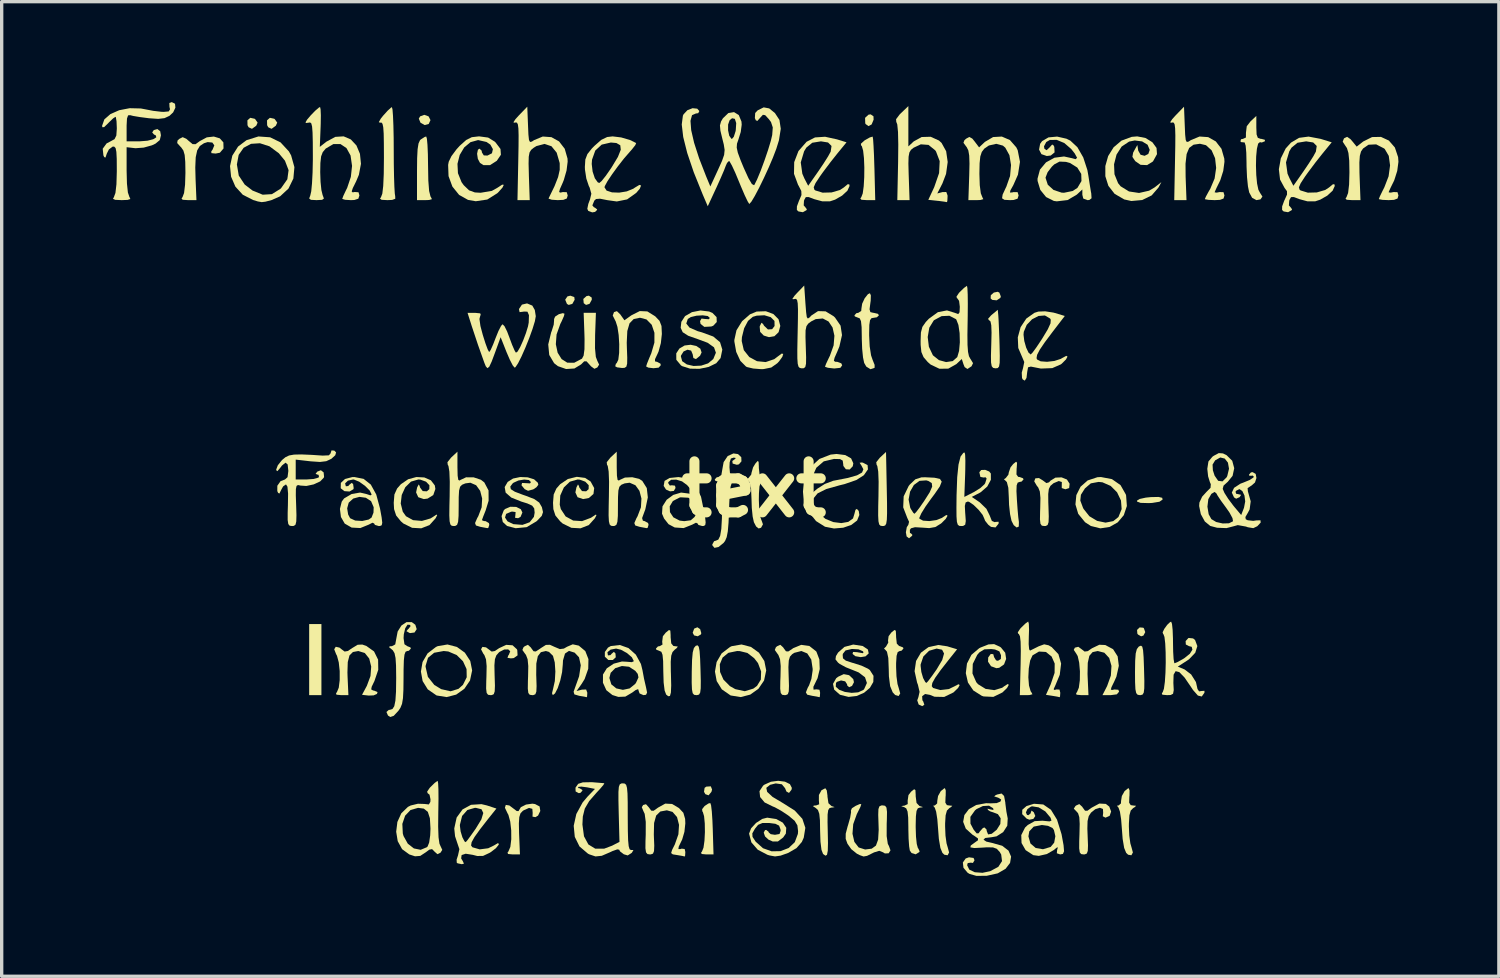
<source format=kicad_pcb>
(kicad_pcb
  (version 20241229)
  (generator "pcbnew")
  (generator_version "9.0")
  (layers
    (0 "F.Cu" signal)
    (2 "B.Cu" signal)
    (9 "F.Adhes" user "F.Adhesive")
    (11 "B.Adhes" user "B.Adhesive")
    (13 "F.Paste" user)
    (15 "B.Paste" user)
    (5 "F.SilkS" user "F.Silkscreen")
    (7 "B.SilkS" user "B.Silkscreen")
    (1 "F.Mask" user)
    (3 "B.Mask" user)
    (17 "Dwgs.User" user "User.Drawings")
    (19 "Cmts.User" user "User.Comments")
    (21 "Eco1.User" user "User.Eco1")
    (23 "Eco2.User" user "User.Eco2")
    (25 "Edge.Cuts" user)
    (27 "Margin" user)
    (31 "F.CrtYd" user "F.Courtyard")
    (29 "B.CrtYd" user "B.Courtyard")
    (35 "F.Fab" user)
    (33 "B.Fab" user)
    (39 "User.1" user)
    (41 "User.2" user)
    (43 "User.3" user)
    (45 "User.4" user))
  (footprint "text"
    (layer "F.Cu")
    (at 19.471 11.565)
    (property "Reference" "text" (at 0 0 0) (layer "F.SilkS") (effects (font (size 1.524 1.524) (thickness 0.3))))
    (attr board_only exclude_from_pos_files exclude_from_bom)
    (fp_poly (pts (xy -12.92 6.149) (xy -13.286 6.149) (xy -13.286 4.026) (xy -12.92 4.026)) (stroke (width 0) (type solid)) (fill yes) (layer "F.SilkS"))
    (fp_poly (pts (xy -5.367 -5.742) (xy -5.356 -5.661) (xy -5.426 -5.537) (xy -5.534 -5.507) (xy -5.586 -5.537) (xy -5.638 -5.663) (xy -5.572 -5.761) (xy -5.485 -5.783)) (stroke (width 0) (type solid)) (fill yes) (layer "F.SilkS"))
    (fp_poly (pts (xy -4.847 -5.727) (xy -4.844 -5.661) (xy -4.912 -5.539) (xy -5.016 -5.507) (xy -5.085 -5.559) (xy -5.097 -5.685) (xy -5.001 -5.771) (xy -4.931 -5.783)) (stroke (width 0) (type solid)) (fill yes) (layer "F.SilkS"))
    (fp_poly (pts (xy -1.607 4.178) (xy -1.573 4.297) (xy -1.583 4.334) (xy -1.679 4.391) (xy -1.788 4.365) (xy -1.83 4.286) (xy -1.786 4.163) (xy -1.69 4.122)) (stroke (width 0) (type solid)) (fill yes) (layer "F.SilkS"))
    (fp_poly (pts (xy -1.251 8.968) (xy -1.27 9.037) (xy -1.355 9.141) (xy -1.451 9.108) (xy -1.492 9.037) (xy -1.474 8.918) (xy -1.423 8.882) (xy -1.289 8.873)) (stroke (width 0) (type solid)) (fill yes) (layer "F.SilkS"))
    (fp_poly (pts (xy -14.916 -11.068) (xy -14.898 -11.055) (xy -14.826 -10.952) (xy -14.867 -10.86) (xy -14.995 -10.767) (xy -15.096 -10.814) (xy -15.128 -10.875) (xy -15.131 -11.02) (xy -15.045 -11.096)) (stroke (width 0) (type solid)) (fill yes) (layer "F.SilkS"))
    (fp_poly (pts (xy -14.33 -11.068) (xy -14.313 -11.055) (xy -14.24 -10.952) (xy -14.282 -10.86) (xy -14.409 -10.767) (xy -14.51 -10.814) (xy -14.542 -10.875) (xy -14.545 -11.02) (xy -14.459 -11.096)) (stroke (width 0) (type solid)) (fill yes) (layer "F.SilkS"))
    (fp_poly (pts (xy -9.719 -11.139) (xy -9.662 -11.027) (xy -9.716 -10.911) (xy -9.837 -10.88) (xy -9.961 -10.95) (xy -9.961 -10.951) (xy -10.011 -11.071) (xy -9.972 -11.139) (xy -9.846 -11.185)) (stroke (width 0) (type solid)) (fill yes) (layer "F.SilkS"))
    (fp_poly (pts (xy 3.57 -11.142) (xy 3.574 -11.04) (xy 3.515 -10.898) (xy 3.42 -10.848) (xy 3.335 -10.91) (xy 3.324 -10.934) (xy 3.319 -11.095) (xy 3.422 -11.19) (xy 3.486 -11.199)) (stroke (width 0) (type solid)) (fill yes) (layer "F.SilkS"))
    (fp_poly (pts (xy 7.331 -5.874) (xy 7.374 -5.76) (xy 7.36 -5.716) (xy 7.25 -5.644) (xy 7.118 -5.657) (xy 7.069 -5.701) (xy 7.075 -5.797) (xy 7.165 -5.876) (xy 7.28 -5.9)) (stroke (width 0) (type solid)) (fill yes) (layer "F.SilkS"))
    (fp_poly (pts (xy 11.627 4.135) (xy 11.647 4.151) (xy 11.688 4.267) (xy 11.634 4.369) (xy 11.565 4.392) (xy 11.472 4.339) (xy 11.452 4.312) (xy 11.443 4.201) (xy 11.521 4.126)) (stroke (width 0) (type solid)) (fill yes) (layer "F.SilkS"))
    (fp_poly (pts (xy 12.194 0.254) (xy 12.207 0.307) (xy 12.113 0.372) (xy 11.893 0.408) (xy 11.794 0.413) (xy 11.548 0.406) (xy 11.443 0.367) (xy 11.44 0.34) (xy 11.522 0.289) (xy 11.704 0.249) (xy 11.853 0.234) (xy 12.084 0.229)) (stroke (width 0) (type solid)) (fill yes) (layer "F.SilkS"))
    (fp_poly (pts (xy -9.769 -10.471) (xy -9.752 -10.285) (xy -9.74 -10.01) (xy -9.735 -9.677) (xy -9.727 -9.223) (xy -9.703 -8.912) (xy -9.662 -8.746) (xy -9.648 -8.725) (xy -9.619 -8.666) (xy -9.705 -8.641) (xy -9.812 -8.637) (xy -10.065 -8.637) (xy -10.065 -9.497) (xy -10.061 -9.889) (xy -10.047 -10.158) (xy -10.02 -10.328) (xy -9.977 -10.424) (xy -9.955 -10.447) (xy -9.837 -10.523) (xy -9.79 -10.538)) (stroke (width 0) (type solid)) (fill yes) (layer "F.SilkS"))
    (fp_poly (pts (xy -1.281 9.439) (xy -1.259 9.622) (xy -1.241 9.892) (xy -1.231 10.138) (xy -1.208 10.907) (xy -1.424 10.907) (xy -1.564 10.894) (xy -1.578 10.849) (xy -1.552 10.819) (xy -1.507 10.704) (xy -1.478 10.497) (xy -1.465 10.241) (xy -1.469 9.982) (xy -1.49 9.765) (xy -1.528 9.637) (xy -1.542 9.623) (xy -1.548 9.555) (xy -1.474 9.461) (xy -1.363 9.387) (xy -1.304 9.372)) (stroke (width 0) (type solid)) (fill yes) (layer "F.SilkS"))
    (fp_poly (pts (xy -1.648 4.706) (xy -1.624 4.832) (xy -1.608 5.062) (xy -1.597 5.379) (xy -1.588 5.722) (xy -1.59 5.944) (xy -1.606 6.072) (xy -1.64 6.132) (xy -1.697 6.148) (xy -1.72 6.149) (xy -1.788 6.139) (xy -1.83 6.091) (xy -1.852 5.977) (xy -1.86 5.772) (xy -1.858 5.448) (xy -1.858 5.444) (xy -1.849 5.098) (xy -1.829 4.873) (xy -1.794 4.741) (xy -1.739 4.676) (xy -1.735 4.674) (xy -1.683 4.661)) (stroke (width 0) (type solid)) (fill yes) (layer "F.SilkS"))
    (fp_poly (pts (xy 3.967 -0.009) (xy 3.975 0.415) (xy 3.976 0.714) (xy 3.969 0.91) (xy 3.951 1.025) (xy 3.92 1.08) (xy 3.872 1.097) (xy 3.843 1.098) (xy 3.782 1.09) (xy 3.741 1.051) (xy 3.719 0.956) (xy 3.71 0.781) (xy 3.712 0.502) (xy 3.719 0.209) (xy 3.724 -0.225) (xy 3.712 -0.529) (xy 3.684 -0.698) (xy 3.664 -0.73) (xy 3.653 -0.808) (xy 3.759 -0.942) (xy 3.765 -0.947) (xy 3.945 -1.116)) (stroke (width 0) (type solid)) (fill yes) (layer "F.SilkS"))
    (fp_poly (pts (xy 11.599 4.702) (xy 11.623 4.809) (xy 11.639 5.014) (xy 11.651 5.341) (xy 11.652 5.383) (xy 11.661 5.724) (xy 11.659 5.946) (xy 11.643 6.073) (xy 11.608 6.132) (xy 11.551 6.148) (xy 11.529 6.149) (xy 11.461 6.138) (xy 11.418 6.088) (xy 11.394 5.971) (xy 11.384 5.761) (xy 11.382 5.459) (xy 11.387 5.123) (xy 11.403 4.904) (xy 11.437 4.774) (xy 11.491 4.703) (xy 11.506 4.693) (xy 11.561 4.671)) (stroke (width 0) (type solid)) (fill yes) (layer "F.SilkS"))
    (fp_poly (pts (xy 3.546 -10.532) (xy 3.559 -10.453) (xy 3.572 -10.255) (xy 3.586 -9.968) (xy 3.597 -9.621) (xy 3.599 -9.571) (xy 3.623 -8.637) (xy 3.371 -8.637) (xy 3.211 -8.648) (xy 3.177 -8.687) (xy 3.206 -8.725) (xy 3.249 -8.837) (xy 3.278 -9.048) (xy 3.294 -9.319) (xy 3.297 -9.613) (xy 3.286 -9.891) (xy 3.261 -10.115) (xy 3.223 -10.247) (xy 3.204 -10.266) (xy 3.192 -10.319) (xy 3.295 -10.414) (xy 3.316 -10.428) (xy 3.461 -10.51) (xy 3.543 -10.534)) (stroke (width 0) (type solid)) (fill yes) (layer "F.SilkS"))
    (fp_poly (pts (xy 7.299 -5.188) (xy 7.308 -5.04) (xy 7.319 -4.789) (xy 7.331 -4.477) (xy 7.336 -4.309) (xy 7.343 -3.984) (xy 7.34 -3.779) (xy 7.321 -3.666) (xy 7.281 -3.62) (xy 7.216 -3.613) (xy 7.21 -3.613) (xy 7.143 -3.627) (xy 7.102 -3.676) (xy 7.082 -3.788) (xy 7.079 -3.989) (xy 7.088 -4.307) (xy 7.089 -4.337) (xy 7.097 -4.679) (xy 7.089 -4.897) (xy 7.065 -5.014) (xy 7.021 -5.053) (xy 7.016 -5.053) (xy 6.994 -5.093) (xy 7.079 -5.19) (xy 7.1 -5.209) (xy 7.283 -5.361)) (stroke (width 0) (type solid)) (fill yes) (layer "F.SilkS"))
    (fp_poly (pts (xy -10.797 -11.346) (xy -10.782 -11.156) (xy -10.77 -10.865) (xy -10.762 -10.499) (xy -10.76 -10.144) (xy -10.758 -9.72) (xy -10.751 -9.342) (xy -10.741 -9.036) (xy -10.728 -8.83) (xy -10.716 -8.753) (xy -10.714 -8.677) (xy -10.809 -8.643) (xy -10.95 -8.637) (xy -11.123 -8.647) (xy -11.17 -8.682) (xy -11.141 -8.725) (xy -11.101 -8.831) (xy -11.074 -9.06) (xy -11.058 -9.421) (xy -11.053 -9.904) (xy -11.055 -10.326) (xy -11.06 -10.622) (xy -11.073 -10.812) (xy -11.095 -10.916) (xy -11.128 -10.955) (xy -11.171 -10.95) (xy -11.206 -10.967) (xy -11.145 -11.074) (xy -11.079 -11.157) (xy -10.941 -11.31) (xy -10.839 -11.402) (xy -10.815 -11.414)) (stroke (width 0) (type solid)) (fill yes) (layer "F.SilkS"))
    (fp_poly (pts (xy 4.237 4.224) (xy 4.245 4.364) (xy 4.246 4.417) (xy 4.267 4.611) (xy 4.338 4.683) (xy 4.355 4.685) (xy 4.453 4.724) (xy 4.465 4.758) (xy 4.406 4.823) (xy 4.355 4.831) (xy 4.294 4.863) (xy 4.26 4.975) (xy 4.246 5.197) (xy 4.246 5.312) (xy 4.257 5.585) (xy 4.288 5.817) (xy 4.326 5.942) (xy 4.369 6.099) (xy 4.321 6.175) (xy 4.218 6.145) (xy 4.144 6.065) (xy 4.068 5.88) (xy 4.031 5.587) (xy 4.026 5.37) (xy 4.013 5.04) (xy 3.973 4.852) (xy 3.934 4.806) (xy 3.885 4.757) (xy 3.945 4.698) (xy 4.012 4.581) (xy 4.005 4.516) (xy 4.022 4.389) (xy 4.104 4.278) (xy 4.197 4.203)) (stroke (width 0) (type solid)) (fill yes) (layer "F.SilkS"))
    (fp_poly (pts (xy -2.498 4.221) (xy -2.489 4.356) (xy -2.489 4.417) (xy -2.471 4.603) (xy -2.407 4.68) (xy -2.361 4.687) (xy -2.275 4.697) (xy -2.307 4.744) (xy -2.367 4.791) (xy -2.433 4.862) (xy -2.471 4.971) (xy -2.486 5.151) (xy -2.483 5.438) (xy -2.48 5.518) (xy -2.472 5.86) (xy -2.481 6.072) (xy -2.509 6.174) (xy -2.561 6.182) (xy -2.622 6.133) (xy -2.668 6.012) (xy -2.698 5.771) (xy -2.708 5.439) (xy -2.713 5.132) (xy -2.731 4.945) (xy -2.766 4.854) (xy -2.818 4.831) (xy -2.916 4.792) (xy -2.928 4.758) (xy -2.868 4.694) (xy -2.813 4.685) (xy -2.732 4.639) (xy -2.741 4.551) (xy -2.721 4.39) (xy -2.636 4.283) (xy -2.539 4.204)) (stroke (width 0) (type solid)) (fill yes) (layer "F.SilkS"))
    (fp_poly (pts (xy 2.175 8.995) (xy 2.196 9.152) (xy 2.196 9.181) (xy 2.225 9.378) (xy 2.319 9.464) (xy 2.324 9.465) (xy 2.41 9.493) (xy 2.353 9.505) (xy 2.318 9.507) (xy 2.256 9.524) (xy 2.218 9.584) (xy 2.2 9.713) (xy 2.198 9.939) (xy 2.204 10.209) (xy 2.211 10.568) (xy 2.205 10.798) (xy 2.182 10.918) (xy 2.138 10.945) (xy 2.07 10.898) (xy 2.063 10.891) (xy 2.017 10.77) (xy 1.987 10.529) (xy 1.976 10.2) (xy 1.971 9.889) (xy 1.951 9.693) (xy 1.911 9.58) (xy 1.848 9.522) (xy 1.76 9.463) (xy 1.803 9.446) (xy 1.853 9.445) (xy 1.948 9.41) (xy 1.939 9.293) (xy 1.94 9.131) (xy 2.018 8.989) (xy 2.132 8.93)) (stroke (width 0) (type solid)) (fill yes) (layer "F.SilkS"))
    (fp_poly (pts (xy 5.729 8.994) (xy 5.727 9.151) (xy 5.723 9.186) (xy 5.717 9.361) (xy 5.763 9.434) (xy 5.83 9.445) (xy 5.924 9.454) (xy 5.885 9.494) (xy 5.838 9.522) (xy 5.764 9.597) (xy 5.725 9.739) (xy 5.71 9.982) (xy 5.71 10.073) (xy 5.721 10.346) (xy 5.753 10.577) (xy 5.789 10.7) (xy 5.829 10.849) (xy 5.785 10.932) (xy 5.687 10.916) (xy 5.63 10.862) (xy 5.569 10.713) (xy 5.523 10.444) (xy 5.5 10.145) (xy 5.477 9.855) (xy 5.442 9.63) (xy 5.4 9.508) (xy 5.39 9.499) (xy 5.353 9.452) (xy 5.403 9.444) (xy 5.472 9.384) (xy 5.476 9.307) (xy 5.499 9.162) (xy 5.581 9.016) (xy 5.684 8.933) (xy 5.704 8.93)) (stroke (width 0) (type solid)) (fill yes) (layer "F.SilkS"))
    (fp_poly (pts (xy 7.859 -0.793) (xy 7.849 -0.644) (xy 7.846 -0.62) (xy 7.841 -0.443) (xy 7.891 -0.372) (xy 7.934 -0.366) (xy 8.037 -0.329) (xy 8.052 -0.293) (xy 7.992 -0.229) (xy 7.936 -0.22) (xy 7.877 -0.198) (xy 7.847 -0.116) (xy 7.841 0.058) (xy 7.854 0.311) (xy 7.874 0.594) (xy 7.895 0.833) (xy 7.914 0.977) (xy 7.914 0.98) (xy 7.91 1.114) (xy 7.847 1.142) (xy 7.759 1.071) (xy 7.694 0.944) (xy 7.65 0.742) (xy 7.62 0.464) (xy 7.613 0.251) (xy 7.598 -0.044) (xy 7.554 -0.215) (xy 7.521 -0.25) (xy 7.467 -0.298) (xy 7.521 -0.335) (xy 7.6 -0.437) (xy 7.613 -0.507) (xy 7.664 -0.655) (xy 7.744 -0.755) (xy 7.83 -0.823)) (stroke (width 0) (type solid)) (fill yes) (layer "F.SilkS"))
    (fp_poly (pts (xy 11.219 8.994) (xy 11.217 9.151) (xy 11.213 9.186) (xy 11.207 9.361) (xy 11.253 9.434) (xy 11.32 9.445) (xy 11.414 9.454) (xy 11.375 9.494) (xy 11.328 9.522) (xy 11.254 9.597) (xy 11.215 9.739) (xy 11.2 9.982) (xy 11.199 10.073) (xy 11.211 10.346) (xy 11.243 10.577) (xy 11.279 10.7) (xy 11.319 10.849) (xy 11.274 10.932) (xy 11.177 10.916) (xy 11.119 10.862) (xy 11.058 10.713) (xy 11.013 10.444) (xy 10.99 10.145) (xy 10.967 9.855) (xy 10.932 9.63) (xy 10.889 9.508) (xy 10.88 9.499) (xy 10.843 9.452) (xy 10.893 9.444) (xy 10.962 9.384) (xy 10.966 9.307) (xy 10.989 9.162) (xy 11.071 9.016) (xy 11.174 8.933) (xy 11.194 8.93)) (stroke (width 0) (type solid)) (fill yes) (layer "F.SilkS"))
    (fp_poly (pts (xy 0.139 -0.822) (xy 0.146 -0.675) (xy 0.146 -0.636) (xy 0.168 -0.441) (xy 0.237 -0.368) (xy 0.256 -0.366) (xy 0.354 -0.326) (xy 0.366 -0.293) (xy 0.307 -0.228) (xy 0.256 -0.22) (xy 0.198 -0.19) (xy 0.164 -0.085) (xy 0.149 0.124) (xy 0.146 0.315) (xy 0.157 0.589) (xy 0.185 0.807) (xy 0.224 0.927) (xy 0.228 0.931) (xy 0.269 1.047) (xy 0.212 1.149) (xy 0.14 1.171) (xy 0.065 1.111) (xy -0.002 0.983) (xy -0.039 0.814) (xy -0.065 0.556) (xy -0.073 0.294) (xy -0.087 -0.025) (xy -0.129 -0.208) (xy -0.165 -0.25) (xy -0.219 -0.298) (xy -0.165 -0.335) (xy -0.083 -0.437) (xy -0.071 -0.5) (xy -0.027 -0.653) (xy 0.039 -0.764) (xy 0.109 -0.845)) (stroke (width 0) (type solid)) (fill yes) (layer "F.SilkS"))
    (fp_poly (pts (xy -8.874 4.709) (xy -8.636 4.88) (xy -8.474 5.129) (xy -8.418 5.41) (xy -8.482 5.712) (xy -8.651 5.96) (xy -8.894 6.133) (xy -9.179 6.207) (xy -9.473 6.16) (xy -9.487 6.154) (xy -9.744 5.976) (xy -9.897 5.729) (xy -9.948 5.446) (xy -9.924 5.302) (xy -9.809 5.302) (xy -9.74 5.603) (xy -9.547 5.846) (xy -9.342 5.97) (xy -9.062 6.034) (xy -8.826 5.961) (xy -8.692 5.841) (xy -8.58 5.615) (xy -8.585 5.37) (xy -8.691 5.138) (xy -8.879 4.952) (xy -9.13 4.845) (xy -9.267 4.831) (xy -9.552 4.883) (xy -9.736 5.033) (xy -9.808 5.272) (xy -9.809 5.302) (xy -9.924 5.302) (xy -9.899 5.159) (xy -9.75 4.903) (xy -9.502 4.712) (xy -9.447 4.686) (xy -9.155 4.636)) (stroke (width 0) (type solid)) (fill yes) (layer "F.SilkS"))
    (fp_poly (pts (xy -6.54 9.402) (xy -6.403 9.474) (xy -6.382 9.609) (xy -6.449 9.747) (xy -6.527 9.794) (xy -6.615 9.778) (xy -6.61 9.667) (xy -6.62 9.545) (xy -6.719 9.518) (xy -6.882 9.591) (xy -6.909 9.611) (xy -6.974 9.68) (xy -7.01 9.793) (xy -7.022 9.983) (xy -7.016 10.282) (xy -7.015 10.306) (xy -6.99 10.907) (xy -7.206 10.907) (xy -7.347 10.894) (xy -7.361 10.849) (xy -7.335 10.819) (xy -7.277 10.683) (xy -7.249 10.454) (xy -7.251 10.185) (xy -7.28 9.925) (xy -7.335 9.725) (xy -7.361 9.678) (xy -7.439 9.513) (xy -7.413 9.428) (xy -7.306 9.445) (xy -7.202 9.523) (xy -7.086 9.611) (xy -7.028 9.613) (xy -7.027 9.604) (xy -6.963 9.496) (xy -6.809 9.418) (xy -6.62 9.391)) (stroke (width 0) (type solid)) (fill yes) (layer "F.SilkS"))
    (fp_poly (pts (xy -0.09 4.709) (xy 0.148 4.88) (xy 0.31 5.129) (xy 0.366 5.41) (xy 0.302 5.712) (xy 0.133 5.96) (xy -0.11 6.133) (xy -0.395 6.207) (xy -0.689 6.16) (xy -0.704 6.154) (xy -0.96 5.976) (xy -1.113 5.729) (xy -1.165 5.446) (xy -1.127 5.228) (xy -1.02 5.228) (xy -1.012 5.457) (xy -0.912 5.684) (xy -0.718 5.88) (xy -0.558 5.97) (xy -0.273 6.032) (xy -0.018 5.954) (xy 0.091 5.873) (xy 0.206 5.684) (xy 0.214 5.442) (xy 0.121 5.193) (xy 0.006 5.045) (xy -0.196 4.889) (xy -0.422 4.834) (xy -0.503 4.831) (xy -0.764 4.885) (xy -0.937 5.027) (xy -1.02 5.228) (xy -1.127 5.228) (xy -1.115 5.159) (xy -0.966 4.903) (xy -0.718 4.712) (xy -0.663 4.686) (xy -0.371 4.636)) (stroke (width 0) (type solid)) (fill yes) (layer "F.SilkS"))
    (fp_poly (pts (xy 9.348 -0.292) (xy 9.429 -0.165) (xy 9.429 -0.165) (xy 9.415 -0.036) (xy 9.304 0) (xy 9.194 -0.036) (xy 9.194 -0.102) (xy 9.196 -0.217) (xy 9.105 -0.247) (xy 8.952 -0.183) (xy 8.937 -0.172) (xy 8.855 -0.102) (xy 8.808 -0.009) (xy 8.79 0.142) (xy 8.792 0.388) (xy 8.797 0.52) (xy 8.806 0.809) (xy 8.8 0.982) (xy 8.772 1.067) (xy 8.716 1.096) (xy 8.674 1.098) (xy 8.599 1.087) (xy 8.558 1.031) (xy 8.543 0.901) (xy 8.547 0.666) (xy 8.551 0.56) (xy 8.557 0.259) (xy 8.539 0.066) (xy 8.49 -0.056) (xy 8.45 -0.104) (xy 8.372 -0.237) (xy 8.404 -0.326) (xy 8.512 -0.336) (xy 8.625 -0.267) (xy 8.736 -0.185) (xy 8.813 -0.208) (xy 8.859 -0.258) (xy 9.006 -0.348) (xy 9.188 -0.356)) (stroke (width 0) (type solid)) (fill yes) (layer "F.SilkS"))
    (fp_poly (pts (xy 10.693 -0.303) (xy 10.949 -0.125) (xy 11.106 0.151) (xy 11.116 0.183) (xy 11.139 0.5) (xy 11.047 0.774) (xy 10.866 0.988) (xy 10.624 1.125) (xy 10.347 1.167) (xy 10.063 1.096) (xy 9.89 0.984) (xy 9.686 0.734) (xy 9.603 0.453) (xy 9.614 0.337) (xy 9.748 0.337) (xy 9.829 0.554) (xy 9.846 0.587) (xy 10.019 0.805) (xy 10.251 0.944) (xy 10.502 0.996) (xy 10.733 0.951) (xy 10.888 0.827) (xy 10.983 0.591) (xy 10.963 0.335) (xy 10.847 0.092) (xy 10.656 -0.1) (xy 10.41 -0.208) (xy 10.295 -0.22) (xy 10.062 -0.177) (xy 9.887 -0.027) (xy 9.887 -0.027) (xy 9.766 0.164) (xy 9.748 0.337) (xy 9.614 0.337) (xy 9.63 0.173) (xy 9.755 -0.076) (xy 9.968 -0.264) (xy 10.258 -0.36) (xy 10.364 -0.366)) (stroke (width 0) (type solid)) (fill yes) (layer "F.SilkS"))
    (fp_poly (pts (xy 4.823 8.984) (xy 4.831 9.128) (xy 4.831 9.17) (xy 4.857 9.37) (xy 4.943 9.46) (xy 4.959 9.465) (xy 5.049 9.493) (xy 4.997 9.505) (xy 4.959 9.507) (xy 4.895 9.53) (xy 4.856 9.608) (xy 4.837 9.769) (xy 4.831 10.043) (xy 4.831 10.097) (xy 4.84 10.376) (xy 4.863 10.594) (xy 4.896 10.714) (xy 4.906 10.724) (xy 4.948 10.812) (xy 4.938 10.838) (xy 4.83 10.904) (xy 4.708 10.865) (xy 4.656 10.791) (xy 4.635 10.665) (xy 4.619 10.438) (xy 4.612 10.155) (xy 4.612 10.101) (xy 4.607 9.806) (xy 4.588 9.626) (xy 4.549 9.532) (xy 4.484 9.493) (xy 4.483 9.493) (xy 4.399 9.466) (xy 4.457 9.453) (xy 4.492 9.451) (xy 4.593 9.404) (xy 4.591 9.3) (xy 4.615 9.135) (xy 4.693 9.033) (xy 4.784 8.96)) (stroke (width 0) (type solid)) (fill yes) (layer "F.SilkS"))
    (fp_poly (pts (xy 10.511 9.398) (xy 10.613 9.478) (xy 10.669 9.625) (xy 10.624 9.755) (xy 10.501 9.809) (xy 10.42 9.768) (xy 10.431 9.662) (xy 10.424 9.549) (xy 10.332 9.513) (xy 10.195 9.556) (xy 10.068 9.659) (xy 10 9.763) (xy 9.965 9.91) (xy 9.959 10.138) (xy 9.967 10.354) (xy 9.978 10.635) (xy 9.972 10.8) (xy 9.943 10.88) (xy 9.883 10.905) (xy 9.847 10.907) (xy 9.774 10.897) (xy 9.732 10.846) (xy 9.715 10.727) (xy 9.716 10.509) (xy 9.723 10.306) (xy 9.73 9.992) (xy 9.718 9.793) (xy 9.681 9.676) (xy 9.631 9.62) (xy 9.554 9.54) (xy 9.603 9.462) (xy 9.621 9.447) (xy 9.718 9.403) (xy 9.804 9.482) (xy 9.819 9.505) (xy 9.889 9.601) (xy 9.959 9.603) (xy 10.085 9.513) (xy 10.089 9.51) (xy 10.317 9.387)) (stroke (width 0) (type solid)) (fill yes) (layer "F.SilkS"))
    (fp_poly (pts (xy 15.006 -10.81) (xy 15.014 -10.599) (xy 15.051 -10.498) (xy 15.132 -10.468) (xy 15.156 -10.467) (xy 15.259 -10.44) (xy 15.264 -10.397) (xy 15.169 -10.358) (xy 15.113 -10.369) (xy 15.06 -10.325) (xy 15.023 -10.17) (xy 15.001 -9.939) (xy 14.995 -9.667) (xy 15.004 -9.387) (xy 15.028 -9.135) (xy 15.068 -8.945) (xy 15.115 -8.858) (xy 15.188 -8.743) (xy 15.13 -8.66) (xy 15.009 -8.637) (xy 14.88 -8.707) (xy 14.793 -8.868) (xy 14.756 -9.047) (xy 14.728 -9.322) (xy 14.714 -9.643) (xy 14.713 -9.751) (xy 14.706 -10.054) (xy 14.687 -10.264) (xy 14.657 -10.359) (xy 14.645 -10.361) (xy 14.551 -10.37) (xy 14.531 -10.393) (xy 14.548 -10.455) (xy 14.607 -10.467) (xy 14.695 -10.507) (xy 14.696 -10.644) (xy 14.696 -10.648) (xy 14.72 -10.844) (xy 14.833 -10.99) (xy 15.006 -11.152)) (stroke (width 0) (type solid)) (fill yes) (layer "F.SilkS"))
    (fp_poly (pts (xy -14.453 -10.514) (xy -14.141 -10.362) (xy -13.892 -10.093) (xy -13.825 -9.973) (xy -13.727 -9.622) (xy -13.758 -9.282) (xy -13.904 -8.982) (xy -14.154 -8.751) (xy -14.407 -8.64) (xy -14.59 -8.591) (xy -14.703 -8.577) (xy -14.82 -8.598) (xy -14.959 -8.64) (xy -15.269 -8.798) (xy -15.49 -9.04) (xy -15.618 -9.336) (xy -15.65 -9.654) (xy -15.639 -9.702) (xy -15.445 -9.702) (xy -15.389 -9.37) (xy -15.212 -9.103) (xy -14.979 -8.924) (xy -14.674 -8.799) (xy -14.399 -8.816) (xy -14.145 -8.975) (xy -14.122 -8.998) (xy -13.938 -9.26) (xy -13.901 -9.532) (xy -14.009 -9.814) (xy -14.192 -10.037) (xy -14.471 -10.244) (xy -14.756 -10.336) (xy -15.022 -10.319) (xy -15.243 -10.201) (xy -15.392 -9.989) (xy -15.445 -9.702) (xy -15.639 -9.702) (xy -15.582 -9.965) (xy -15.41 -10.237) (xy -15.159 -10.427) (xy -14.802 -10.539)) (stroke (width 0) (type solid)) (fill yes) (layer "F.SilkS"))
    (fp_poly (pts (xy -7.21 4.66) (xy -7.081 4.779) (xy -7.07 4.804) (xy -7.061 4.961) (xy -7.174 5.042) (xy -7.26 5.051) (xy -7.363 5.034) (xy -7.338 4.963) (xy -7.321 4.942) (xy -7.28 4.838) (xy -7.34 4.783) (xy -7.46 4.786) (xy -7.599 4.857) (xy -7.62 4.875) (xy -7.696 4.962) (xy -7.738 5.078) (xy -7.753 5.259) (xy -7.747 5.545) (xy -7.746 5.579) (xy -7.737 5.866) (xy -7.744 6.036) (xy -7.772 6.12) (xy -7.83 6.147) (xy -7.869 6.149) (xy -7.943 6.138) (xy -7.984 6.084) (xy -8 5.956) (xy -7.996 5.726) (xy -7.991 5.594) (xy -7.985 5.282) (xy -8.004 5.08) (xy -8.053 4.951) (xy -8.087 4.906) (xy -8.152 4.779) (xy -8.111 4.708) (xy -8.003 4.722) (xy -7.925 4.78) (xy -7.834 4.848) (xy -7.739 4.831) (xy -7.611 4.745) (xy -7.4 4.647)) (stroke (width 0) (type solid)) (fill yes) (layer "F.SilkS"))
    (fp_poly (pts (xy -15.957 -10.483) (xy -15.849 -10.363) (xy -15.844 -10.187) (xy -15.846 -10.178) (xy -15.953 -10.053) (xy -16.081 -10.028) (xy -16.207 -10.041) (xy -16.209 -10.095) (xy -16.174 -10.141) (xy -16.119 -10.273) (xy -16.178 -10.357) (xy -16.319 -10.371) (xy -16.429 -10.336) (xy -16.551 -10.254) (xy -16.631 -10.122) (xy -16.675 -9.917) (xy -16.688 -9.612) (xy -16.679 -9.261) (xy -16.653 -8.637) (xy -16.905 -8.637) (xy -17.065 -8.648) (xy -17.099 -8.687) (xy -17.07 -8.725) (xy -17.023 -8.85) (xy -16.993 -9.1) (xy -16.982 -9.454) (xy -16.987 -9.776) (xy -17.005 -9.986) (xy -17.044 -10.12) (xy -17.11 -10.214) (xy -17.131 -10.234) (xy -17.228 -10.342) (xy -17.218 -10.417) (xy -17.165 -10.467) (xy -17.064 -10.518) (xy -16.957 -10.47) (xy -16.888 -10.41) (xy -16.768 -10.31) (xy -16.68 -10.308) (xy -16.553 -10.4) (xy -16.344 -10.512) (xy -16.134 -10.536)) (stroke (width 0) (type solid)) (fill yes) (layer "F.SilkS"))
    (fp_poly (pts (xy 3.492 -5.792) (xy 3.487 -5.633) (xy 3.477 -5.563) (xy 3.453 -5.376) (xy 3.477 -5.292) (xy 3.562 -5.271) (xy 3.58 -5.27) (xy 3.703 -5.241) (xy 3.733 -5.197) (xy 3.672 -5.138) (xy 3.587 -5.124) (xy 3.511 -5.111) (xy 3.467 -5.05) (xy 3.446 -4.911) (xy 3.441 -4.664) (xy 3.441 -4.593) (xy 3.457 -4.268) (xy 3.498 -4) (xy 3.544 -3.866) (xy 3.604 -3.716) (xy 3.604 -3.629) (xy 3.604 -3.629) (xy 3.48 -3.586) (xy 3.356 -3.664) (xy 3.292 -3.775) (xy 3.258 -3.937) (xy 3.232 -4.195) (xy 3.221 -4.496) (xy 3.221 -4.543) (xy 3.216 -4.842) (xy 3.197 -5.021) (xy 3.159 -5.106) (xy 3.111 -5.124) (xy 3.014 -5.163) (xy 3.001 -5.197) (xy 3.061 -5.261) (xy 3.116 -5.27) (xy 3.204 -5.327) (xy 3.21 -5.398) (xy 3.232 -5.543) (xy 3.308 -5.706) (xy 3.405 -5.828) (xy 3.464 -5.856)) (stroke (width 0) (type solid)) (fill yes) (layer "F.SilkS"))
    (fp_poly (pts (xy -4.745 -4.607) (xy -4.748 -4.211) (xy -4.723 -3.953) (xy -4.678 -3.835) (xy -4.625 -3.724) (xy -4.678 -3.639) (xy -4.766 -3.599) (xy -4.867 -3.673) (xy -4.901 -3.712) (xy -5.001 -3.822) (xy -5.072 -3.821) (xy -5.163 -3.73) (xy -5.363 -3.608) (xy -5.611 -3.592) (xy -5.857 -3.678) (xy -5.969 -3.766) (xy -6.115 -4.012) (xy -6.145 -4.327) (xy -6.057 -4.689) (xy -6.042 -4.725) (xy -5.981 -4.918) (xy -5.969 -5.063) (xy -5.973 -5.079) (xy -5.939 -5.158) (xy -5.828 -5.23) (xy -5.708 -5.261) (xy -5.659 -5.244) (xy -5.676 -5.173) (xy -5.744 -5.018) (xy -5.784 -4.939) (xy -5.896 -4.625) (xy -5.918 -4.332) (xy -5.864 -4.08) (xy -5.745 -3.889) (xy -5.576 -3.782) (xy -5.37 -3.779) (xy -5.138 -3.901) (xy -5.137 -3.901) (xy -5.088 -3.993) (xy -5.063 -4.181) (xy -5.06 -4.486) (xy -5.064 -4.625) (xy -5.087 -5.271) (xy -4.721 -5.271)) (stroke (width 0) (type solid)) (fill yes) (layer "F.SilkS"))
    (fp_poly (pts (xy -11.579 4.679) (xy -11.348 4.844) (xy -11.227 5.089) (xy -11.222 5.391) (xy -11.336 5.727) (xy -11.418 5.897) (xy -11.433 5.978) (xy -11.379 6.009) (xy -11.338 6.017) (xy -11.244 6.058) (xy -11.261 6.113) (xy -11.361 6.156) (xy -11.508 6.162) (xy -11.707 6.139) (xy -11.563 5.871) (xy -11.454 5.577) (xy -11.433 5.296) (xy -11.492 5.057) (xy -11.623 4.892) (xy -11.817 4.831) (xy -11.979 4.861) (xy -12.082 4.963) (xy -12.133 5.16) (xy -12.143 5.473) (xy -12.139 5.596) (xy -12.114 6.149) (xy -12.33 6.149) (xy -12.471 6.136) (xy -12.484 6.091) (xy -12.458 6.061) (xy -12.402 5.926) (xy -12.374 5.699) (xy -12.374 5.43) (xy -12.402 5.171) (xy -12.455 4.973) (xy -12.481 4.925) (xy -12.538 4.779) (xy -12.492 4.704) (xy -12.379 4.73) (xy -12.317 4.78) (xy -12.227 4.847) (xy -12.132 4.831) (xy -11.999 4.742) (xy -11.837 4.644) (xy -11.699 4.638)) (stroke (width 0) (type solid)) (fill yes) (layer "F.SilkS"))
    (fp_poly (pts (xy -5.044 -0.34) (xy -4.879 -0.232) (xy -4.772 -0.036) (xy -4.794 0.14) (xy -4.93 0.26) (xy -5.104 0.293) (xy -5.269 0.237) (xy -5.334 0.094) (xy -5.303 -0.055) (xy -5.256 -0.145) (xy -5.228 -0.099) (xy -5.217 -0.055) (xy -5.136 0.054) (xy -5.013 0.061) (xy -4.939 -0.003) (xy -4.936 -0.121) (xy -5.038 -0.227) (xy -5.206 -0.288) (xy -5.267 -0.293) (xy -5.498 -0.227) (xy -5.678 -0.055) (xy -5.786 0.186) (xy -5.801 0.461) (xy -5.769 0.592) (xy -5.625 0.811) (xy -5.4 0.934) (xy -5.135 0.951) (xy -4.868 0.851) (xy -4.84 0.832) (xy -4.723 0.755) (xy -4.704 0.772) (xy -4.752 0.867) (xy -4.934 1.07) (xy -5.181 1.166) (xy -5.454 1.151) (xy -5.715 1.022) (xy -5.788 0.957) (xy -5.931 0.783) (xy -5.992 0.594) (xy -6.002 0.403) (xy -5.982 0.156) (xy -5.902 -0.022) (xy -5.788 -0.152) (xy -5.556 -0.308) (xy -5.292 -0.372)) (stroke (width 0) (type solid)) (fill yes) (layer "F.SilkS"))
    (fp_poly (pts (xy 10.493 4.652) (xy 10.727 4.776) (xy 10.864 4.991) (xy 10.899 5.273) (xy 10.826 5.599) (xy 10.764 5.738) (xy 10.679 5.912) (xy 10.66 5.986) (xy 10.709 5.994) (xy 10.764 5.98) (xy 10.884 5.988) (xy 10.907 6.046) (xy 10.839 6.125) (xy 10.658 6.149) (xy 10.41 6.149) (xy 10.549 5.877) (xy 10.661 5.564) (xy 10.679 5.276) (xy 10.612 5.04) (xy 10.466 4.882) (xy 10.269 4.831) (xy 10.115 4.864) (xy 10.018 4.975) (xy 9.971 5.184) (xy 9.964 5.513) (xy 9.967 5.596) (xy 9.992 6.149) (xy 9.776 6.149) (xy 9.635 6.136) (xy 9.622 6.091) (xy 9.648 6.061) (xy 9.704 5.928) (xy 9.734 5.704) (xy 9.737 5.438) (xy 9.715 5.181) (xy 9.67 4.982) (xy 9.623 4.902) (xy 9.553 4.797) (xy 9.586 4.731) (xy 9.688 4.705) (xy 9.783 4.774) (xy 9.876 4.847) (xy 9.967 4.836) (xy 10.099 4.748) (xy 10.316 4.644)) (stroke (width 0) (type solid)) (fill yes) (layer "F.SilkS"))
    (fp_poly (pts (xy -9.845 -0.353) (xy -9.65 -0.268) (xy -9.533 -0.115) (xy -9.516 -0.009) (xy -9.579 0.173) (xy -9.748 0.278) (xy -9.862 0.293) (xy -10.027 0.237) (xy -10.092 0.094) (xy -10.061 -0.055) (xy -10.014 -0.145) (xy -9.986 -0.099) (xy -9.975 -0.055) (xy -9.894 0.054) (xy -9.771 0.061) (xy -9.697 -0.003) (xy -9.694 -0.121) (xy -9.796 -0.227) (xy -9.964 -0.288) (xy -10.024 -0.293) (xy -10.245 -0.229) (xy -10.415 -0.061) (xy -10.521 0.17) (xy -10.551 0.426) (xy -10.49 0.67) (xy -10.394 0.805) (xy -10.184 0.922) (xy -9.919 0.945) (xy -9.661 0.871) (xy -9.598 0.832) (xy -9.481 0.755) (xy -9.462 0.772) (xy -9.51 0.867) (xy -9.692 1.07) (xy -9.939 1.166) (xy -10.211 1.151) (xy -10.472 1.022) (xy -10.546 0.957) (xy -10.688 0.783) (xy -10.75 0.594) (xy -10.76 0.403) (xy -10.74 0.156) (xy -10.66 -0.022) (xy -10.546 -0.152) (xy -10.329 -0.3) (xy -10.083 -0.366)) (stroke (width 0) (type solid)) (fill yes) (layer "F.SilkS"))
    (fp_poly (pts (xy 4.612 -10.242) (xy 4.772 -10.391) (xy 5.009 -10.522) (xy 5.276 -10.53) (xy 5.525 -10.418) (xy 5.603 -10.347) (xy 5.741 -10.098) (xy 5.787 -9.776) (xy 5.738 -9.42) (xy 5.63 -9.137) (xy 5.476 -8.836) (xy 5.63 -8.877) (xy 5.745 -8.88) (xy 5.782 -8.78) (xy 5.783 -8.74) (xy 5.776 -8.611) (xy 5.764 -8.577) (xy 5.687 -8.591) (xy 5.52 -8.613) (xy 5.477 -8.617) (xy 5.208 -8.646) (xy 5.385 -9.026) (xy 5.53 -9.445) (xy 5.548 -9.802) (xy 5.438 -10.091) (xy 5.411 -10.128) (xy 5.213 -10.287) (xy 4.984 -10.304) (xy 4.768 -10.202) (xy 4.69 -10.139) (xy 4.643 -10.061) (xy 4.619 -9.935) (xy 4.613 -9.731) (xy 4.621 -9.416) (xy 4.623 -9.361) (xy 4.648 -8.637) (xy 4.465 -8.637) (xy 4.282 -8.637) (xy 4.306 -9.783) (xy 4.311 -10.299) (xy 4.303 -10.671) (xy 4.281 -10.897) (xy 4.251 -10.977) (xy 4.245 -11.054) (xy 4.349 -11.193) (xy 4.392 -11.236) (xy 4.612 -11.446)) (stroke (width 0) (type solid)) (fill yes) (layer "F.SilkS"))
    (fp_poly (pts (xy 11.697 -10.492) (xy 11.9 -10.367) (xy 12.025 -10.196) (xy 12.039 -10.01) (xy 12.038 -10.009) (xy 11.919 -9.793) (xy 11.743 -9.683) (xy 11.547 -9.692) (xy 11.388 -9.803) (xy 11.304 -9.929) (xy 11.326 -10.055) (xy 11.357 -10.114) (xy 11.452 -10.284) (xy 11.478 -10.115) (xy 11.548 -9.993) (xy 11.669 -9.961) (xy 11.779 -10.016) (xy 11.822 -10.137) (xy 11.758 -10.291) (xy 11.595 -10.391) (xy 11.375 -10.419) (xy 11.207 -10.386) (xy 10.983 -10.237) (xy 10.83 -9.997) (xy 10.756 -9.708) (xy 10.769 -9.41) (xy 10.877 -9.143) (xy 10.953 -9.05) (xy 11.203 -8.896) (xy 11.503 -8.851) (xy 11.803 -8.919) (xy 11.967 -9.016) (xy 12.17 -9.175) (xy 12.085 -9.016) (xy 11.881 -8.779) (xy 11.597 -8.64) (xy 11.272 -8.611) (xy 11.06 -8.658) (xy 10.773 -8.825) (xy 10.586 -9.065) (xy 10.496 -9.351) (xy 10.496 -9.656) (xy 10.58 -9.953) (xy 10.743 -10.215) (xy 10.979 -10.415) (xy 11.283 -10.527) (xy 11.449 -10.541)) (stroke (width 0) (type solid)) (fill yes) (layer "F.SilkS"))
    (fp_poly (pts (xy 7.339 4.7) (xy 7.377 4.725) (xy 7.505 4.882) (xy 7.533 5.066) (xy 7.47 5.231) (xy 7.327 5.332) (xy 7.241 5.344) (xy 7.082 5.286) (xy 6.992 5.15) (xy 6.997 5.023) (xy 7.073 4.919) (xy 7.148 4.925) (xy 7.173 5.014) (xy 7.232 5.11) (xy 7.288 5.124) (xy 7.375 5.069) (xy 7.38 4.959) (xy 7.331 4.842) (xy 7.202 4.786) (xy 7.09 4.772) (xy 6.882 4.781) (xy 6.735 4.871) (xy 6.669 4.947) (xy 6.536 5.217) (xy 6.527 5.503) (xy 6.64 5.761) (xy 6.694 5.823) (xy 6.92 5.963) (xy 7.178 6) (xy 7.414 5.929) (xy 7.479 5.881) (xy 7.578 5.818) (xy 7.613 5.839) (xy 7.56 5.935) (xy 7.432 6.06) (xy 7.42 6.07) (xy 7.151 6.201) (xy 6.862 6.188) (xy 6.807 6.17) (xy 6.552 6.009) (xy 6.392 5.772) (xy 6.328 5.492) (xy 6.363 5.205) (xy 6.496 4.945) (xy 6.728 4.748) (xy 6.769 4.727) (xy 7.004 4.634) (xy 7.174 4.625)) (stroke (width 0) (type solid)) (fill yes) (layer "F.SilkS"))
    (fp_poly (pts (xy 3.206 9.405) (xy 3.18 9.487) (xy 3.087 9.675) (xy 3.074 9.699) (xy 2.965 10.003) (xy 2.943 10.29) (xy 2.999 10.532) (xy 3.128 10.699) (xy 3.321 10.76) (xy 3.518 10.735) (xy 3.644 10.643) (xy 3.709 10.464) (xy 3.726 10.173) (xy 3.721 10.006) (xy 3.712 9.722) (xy 3.718 9.553) (xy 3.747 9.471) (xy 3.805 9.444) (xy 3.843 9.442) (xy 3.917 9.454) (xy 3.958 9.508) (xy 3.974 9.636) (xy 3.97 9.867) (xy 3.965 9.995) (xy 3.964 10.36) (xy 3.998 10.59) (xy 4.032 10.657) (xy 4.078 10.785) (xy 4.024 10.873) (xy 3.911 10.878) (xy 3.856 10.844) (xy 3.744 10.799) (xy 3.588 10.846) (xy 3.542 10.869) (xy 3.378 10.95) (xy 3.274 10.969) (xy 3.159 10.928) (xy 3.074 10.885) (xy 2.907 10.75) (xy 2.793 10.588) (xy 2.74 10.441) (xy 2.741 10.289) (xy 2.797 10.073) (xy 2.814 10.02) (xy 2.875 9.803) (xy 2.901 9.645) (xy 2.896 9.597) (xy 2.926 9.528) (xy 3.04 9.455) (xy 3.161 9.402)) (stroke (width 0) (type solid)) (fill yes) (layer "F.SilkS"))
    (fp_poly (pts (xy 0.582 -5.233) (xy 0.734 -5.079) (xy 0.787 -4.879) (xy 0.736 -4.692) (xy 0.611 -4.572) (xy 0.448 -4.544) (xy 0.292 -4.592) (xy 0.185 -4.702) (xy 0.171 -4.858) (xy 0.18 -4.885) (xy 0.225 -4.975) (xy 0.274 -4.934) (xy 0.301 -4.886) (xy 0.418 -4.774) (xy 0.543 -4.782) (xy 0.616 -4.877) (xy 0.613 -5.029) (xy 0.501 -5.141) (xy 0.312 -5.198) (xy 0.082 -5.186) (xy -0.033 -5.152) (xy -0.177 -5.029) (xy -0.293 -4.81) (xy -0.359 -4.545) (xy -0.366 -4.429) (xy -0.303 -4.156) (xy -0.139 -3.95) (xy 0.091 -3.826) (xy 0.351 -3.8) (xy 0.607 -3.887) (xy 0.709 -3.965) (xy 0.829 -4.054) (xy 0.875 -4.043) (xy 0.848 -3.957) (xy 0.751 -3.822) (xy 0.699 -3.766) (xy 0.517 -3.637) (xy 0.286 -3.59) (xy 0.205 -3.589) (xy -0.023 -3.607) (xy -0.204 -3.65) (xy -0.238 -3.666) (xy -0.407 -3.837) (xy -0.53 -4.103) (xy -0.585 -4.412) (xy -0.586 -4.459) (xy -0.522 -4.75) (xy -0.354 -5.021) (xy -0.118 -5.226) (xy 0.081 -5.309) (xy 0.356 -5.318)) (stroke (width 0) (type solid)) (fill yes) (layer "F.SilkS"))
    (fp_poly (pts (xy -2.445 9.4) (xy -2.242 9.521) (xy -2.109 9.663) (xy -2.056 9.845) (xy -2.05 9.979) (xy -2.077 10.232) (xy -2.144 10.461) (xy -2.16 10.494) (xy -2.246 10.672) (xy -2.258 10.748) (xy -2.195 10.747) (xy -2.159 10.734) (xy -2.069 10.746) (xy -2.05 10.836) (xy -2.057 10.948) (xy -2.068 10.969) (xy -2.145 10.951) (xy -2.287 10.927) (xy -2.424 10.905) (xy -2.474 10.866) (xy -2.445 10.771) (xy -2.363 10.607) (xy -2.257 10.306) (xy -2.238 10.024) (xy -2.298 9.791) (xy -2.432 9.637) (xy -2.602 9.589) (xy -2.797 9.625) (xy -2.921 9.746) (xy -2.983 9.968) (xy -2.991 10.31) (xy -2.989 10.37) (xy -2.978 10.646) (xy -2.985 10.807) (xy -3.016 10.883) (xy -3.079 10.906) (xy -3.11 10.907) (xy -3.182 10.896) (xy -3.224 10.845) (xy -3.242 10.724) (xy -3.24 10.504) (xy -3.233 10.317) (xy -3.232 9.935) (xy -3.264 9.695) (xy -3.3 9.619) (xy -3.35 9.497) (xy -3.311 9.431) (xy -3.225 9.407) (xy -3.14 9.501) (xy -3.068 9.6) (xy -2.997 9.603) (xy -2.871 9.513) (xy -2.867 9.51) (xy -2.649 9.389)) (stroke (width 0) (type solid)) (fill yes) (layer "F.SilkS"))
    (fp_poly (pts (xy -7.941 -10.506) (xy -7.744 -10.385) (xy -7.719 -10.361) (xy -7.571 -10.165) (xy -7.559 -9.992) (xy -7.681 -9.813) (xy -7.686 -9.809) (xy -7.884 -9.682) (xy -8.078 -9.682) (xy -8.184 -9.75) (xy -8.248 -9.871) (xy -8.27 -10.023) (xy -8.245 -10.143) (xy -8.198 -10.175) (xy -8.134 -10.115) (xy -8.125 -10.06) (xy -8.07 -9.973) (xy -7.96 -9.968) (xy -7.826 -10.037) (xy -7.798 -10.16) (xy -7.874 -10.295) (xy -7.988 -10.374) (xy -8.24 -10.431) (xy -8.468 -10.368) (xy -8.655 -10.211) (xy -8.789 -9.987) (xy -8.856 -9.722) (xy -8.842 -9.442) (xy -8.734 -9.173) (xy -8.668 -9.082) (xy -8.51 -8.93) (xy -8.337 -8.867) (xy -8.165 -8.857) (xy -7.83 -8.913) (xy -7.659 -9.009) (xy -7.52 -9.1) (xy -7.472 -9.094) (xy -7.513 -9.01) (xy -7.642 -8.866) (xy -7.668 -8.842) (xy -7.966 -8.655) (xy -8.31 -8.604) (xy -8.541 -8.644) (xy -8.807 -8.793) (xy -9.008 -9.042) (xy -9.123 -9.354) (xy -9.135 -9.69) (xy -9.117 -9.785) (xy -9.037 -9.95) (xy -8.887 -10.152) (xy -8.788 -10.261) (xy -8.595 -10.434) (xy -8.429 -10.517) (xy -8.229 -10.54) (xy -8.204 -10.541)) (stroke (width 0) (type solid)) (fill yes) (layer "F.SilkS"))
    (fp_poly (pts (xy -4.099 -0.657) (xy -4.093 -0.405) (xy -4.073 -0.279) (xy -4.033 -0.261) (xy -4.011 -0.278) (xy -3.854 -0.35) (xy -3.636 -0.36) (xy -3.429 -0.311) (xy -3.336 -0.251) (xy -3.201 -0.036) (xy -3.17 0.242) (xy -3.245 0.599) (xy -3.341 0.86) (xy -3.318 0.938) (xy -3.263 0.952) (xy -3.163 1.008) (xy -3.148 1.061) (xy -3.177 1.153) (xy -3.202 1.161) (xy -3.312 1.141) (xy -3.422 1.12) (xy -3.546 1.081) (xy -3.573 1.009) (xy -3.51 0.863) (xy -3.477 0.805) (xy -3.376 0.539) (xy -3.361 0.276) (xy -3.42 0.047) (xy -3.541 -0.121) (xy -3.713 -0.196) (xy -3.863 -0.176) (xy -3.961 -0.135) (xy -4.02 -0.075) (xy -4.05 0.038) (xy -4.061 0.235) (xy -4.063 0.496) (xy -4.065 0.793) (xy -4.079 0.972) (xy -4.11 1.063) (xy -4.166 1.095) (xy -4.209 1.098) (xy -4.27 1.09) (xy -4.31 1.051) (xy -4.333 0.956) (xy -4.342 0.781) (xy -4.339 0.502) (xy -4.333 0.209) (xy -4.328 -0.225) (xy -4.34 -0.529) (xy -4.368 -0.698) (xy -4.388 -0.73) (xy -4.398 -0.808) (xy -4.292 -0.942) (xy -4.283 -0.951) (xy -4.099 -1.124)) (stroke (width 0) (type solid)) (fill yes) (layer "F.SilkS"))
    (fp_poly (pts (xy -0.476 -1.051) (xy -0.379 -0.959) (xy -0.373 -0.835) (xy -0.45 -0.745) (xy -0.512 -0.732) (xy -0.636 -0.768) (xy -0.647 -0.845) (xy -0.567 -0.903) (xy -0.542 -0.935) (xy -0.604 -0.946) (xy -0.689 -0.919) (xy -0.726 -0.804) (xy -0.732 -0.659) (xy -0.714 -0.455) (xy -0.654 -0.371) (xy -0.622 -0.366) (xy -0.525 -0.326) (xy -0.512 -0.293) (xy -0.571 -0.227) (xy -0.616 -0.22) (xy -0.663 -0.189) (xy -0.697 -0.085) (xy -0.721 0.114) (xy -0.738 0.43) (xy -0.744 0.615) (xy -0.759 0.994) (xy -0.781 1.255) (xy -0.814 1.429) (xy -0.863 1.544) (xy -0.908 1.603) (xy -1.058 1.724) (xy -1.18 1.75) (xy -1.242 1.675) (xy -1.244 1.647) (xy -1.19 1.55) (xy -1.143 1.537) (xy -1.065 1.504) (xy -1.01 1.392) (xy -0.975 1.185) (xy -0.957 0.864) (xy -0.953 0.494) (xy -0.956 0.158) (xy -0.969 -0.057) (xy -0.997 -0.174) (xy -1.042 -0.217) (xy -1.061 -0.22) (xy -1.159 -0.259) (xy -1.171 -0.293) (xy -1.112 -0.358) (xy -1.061 -0.366) (xy -0.973 -0.43) (xy -0.952 -0.554) (xy -0.906 -0.811) (xy -0.785 -0.992) (xy -0.613 -1.071)) (stroke (width 0) (type solid)) (fill yes) (layer "F.SilkS"))
    (fp_poly (pts (xy 5.771 4.69) (xy 6.068 4.779) (xy 5.828 5.08) (xy 5.577 5.401) (xy 5.414 5.63) (xy 5.328 5.784) (xy 5.311 5.881) (xy 5.351 5.936) (xy 5.567 5.997) (xy 5.818 5.968) (xy 5.986 5.888) (xy 6.109 5.823) (xy 6.145 5.847) (xy 6.098 5.934) (xy 5.972 6.057) (xy 5.956 6.07) (xy 5.682 6.203) (xy 5.394 6.197) (xy 5.256 6.141) (xy 5.112 6.115) (xy 5.024 6.181) (xy 5.031 6.3) (xy 5.058 6.341) (xy 5.089 6.437) (xy 5.026 6.478) (xy 4.923 6.431) (xy 4.919 6.427) (xy 4.877 6.305) (xy 4.913 6.205) (xy 4.947 6.051) (xy 4.897 5.837) (xy 4.873 5.774) (xy 4.798 5.433) (xy 4.821 5.275) (xy 4.978 5.275) (xy 5 5.458) (xy 5.053 5.638) (xy 5.118 5.76) (xy 5.154 5.783) (xy 5.205 5.727) (xy 5.314 5.582) (xy 5.454 5.384) (xy 5.623 5.101) (xy 5.678 4.906) (xy 5.62 4.793) (xy 5.456 4.758) (xy 5.231 4.824) (xy 5.06 4.995) (xy 4.979 5.231) (xy 4.978 5.275) (xy 4.821 5.275) (xy 4.842 5.128) (xy 4.987 4.881) (xy 5.214 4.715) (xy 5.504 4.651)) (stroke (width 0) (type solid)) (fill yes) (layer "F.SilkS"))
    (fp_poly (pts (xy 7.646 -10.431) (xy 7.836 -10.214) (xy 7.878 -10.128) (xy 7.946 -9.781) (xy 7.886 -9.398) (xy 7.748 -9.086) (xy 7.66 -8.927) (xy 7.647 -8.864) (xy 7.709 -8.866) (xy 7.756 -8.877) (xy 7.875 -8.876) (xy 7.905 -8.777) (xy 7.874 -8.68) (xy 7.754 -8.641) (xy 7.649 -8.637) (xy 7.482 -8.646) (xy 7.411 -8.692) (xy 7.428 -8.803) (xy 7.524 -9.01) (xy 7.539 -9.04) (xy 7.65 -9.357) (xy 7.679 -9.684) (xy 7.631 -9.979) (xy 7.508 -10.203) (xy 7.437 -10.265) (xy 7.239 -10.319) (xy 7.017 -10.269) (xy 6.881 -10.175) (xy 6.806 -10.077) (xy 6.761 -9.942) (xy 6.74 -9.736) (xy 6.734 -9.421) (xy 6.745 -9.081) (xy 6.776 -8.841) (xy 6.822 -8.725) (xy 6.851 -8.666) (xy 6.765 -8.641) (xy 6.657 -8.637) (xy 6.405 -8.637) (xy 6.43 -9.374) (xy 6.438 -9.729) (xy 6.43 -9.969) (xy 6.403 -10.123) (xy 6.354 -10.221) (xy 6.337 -10.242) (xy 6.258 -10.35) (xy 6.286 -10.426) (xy 6.337 -10.472) (xy 6.434 -10.524) (xy 6.522 -10.475) (xy 6.59 -10.392) (xy 6.725 -10.213) (xy 6.899 -10.377) (xy 7.143 -10.521) (xy 7.404 -10.536)) (stroke (width 0) (type solid)) (fill yes) (layer "F.SilkS"))
    (fp_poly (pts (xy 8.211 4.019) (xy 8.217 4.192) (xy 8.21 4.4) (xy 8.206 4.628) (xy 8.22 4.779) (xy 8.246 4.819) (xy 8.352 4.767) (xy 8.506 4.69) (xy 8.669 4.631) (xy 8.804 4.661) (xy 8.894 4.715) (xy 9.094 4.925) (xy 9.175 5.206) (xy 9.134 5.542) (xy 9.006 5.85) (xy 8.951 5.971) (xy 8.978 5.996) (xy 9.032 5.979) (xy 9.127 5.983) (xy 9.15 6.078) (xy 9.142 6.19) (xy 9.132 6.211) (xy 9.054 6.193) (xy 8.917 6.17) (xy 8.722 6.14) (xy 8.861 5.833) (xy 8.98 5.485) (xy 8.983 5.205) (xy 8.89 4.994) (xy 8.719 4.859) (xy 8.514 4.847) (xy 8.325 4.959) (xy 8.319 4.965) (xy 8.25 5.116) (xy 8.209 5.351) (xy 8.196 5.617) (xy 8.215 5.862) (xy 8.265 6.033) (xy 8.286 6.061) (xy 8.318 6.123) (xy 8.231 6.147) (xy 8.158 6.149) (xy 7.942 6.149) (xy 7.965 5.234) (xy 7.971 4.83) (xy 7.965 4.555) (xy 7.946 4.392) (xy 7.912 4.323) (xy 7.897 4.319) (xy 7.88 4.274) (xy 7.953 4.164) (xy 7.979 4.136) (xy 8.106 4.012) (xy 8.188 3.953) (xy 8.193 3.953)) (stroke (width 0) (type solid)) (fill yes) (layer "F.SilkS"))
    (fp_poly (pts (xy -10.115 4.047) (xy -10.074 4.178) (xy -10.139 4.278) (xy -10.272 4.296) (xy -10.293 4.289) (xy -10.381 4.238) (xy -10.335 4.181) (xy -10.321 4.172) (xy -10.258 4.09) (xy -10.272 4.05) (xy -10.348 4.044) (xy -10.416 4.149) (xy -10.459 4.331) (xy -10.466 4.447) (xy -10.44 4.629) (xy -10.358 4.685) (xy -10.26 4.724) (xy -10.248 4.758) (xy -10.307 4.823) (xy -10.358 4.831) (xy -10.407 4.854) (xy -10.439 4.939) (xy -10.458 5.109) (xy -10.466 5.388) (xy -10.467 5.626) (xy -10.471 5.99) (xy -10.484 6.24) (xy -10.512 6.409) (xy -10.561 6.529) (xy -10.619 6.615) (xy -10.76 6.767) (xy -10.862 6.802) (xy -10.931 6.759) (xy -10.978 6.652) (xy -10.907 6.59) (xy -10.878 6.588) (xy -10.799 6.564) (xy -10.744 6.48) (xy -10.71 6.314) (xy -10.692 6.045) (xy -10.687 5.653) (xy -10.687 5.62) (xy -10.691 5.272) (xy -10.706 5.04) (xy -10.736 4.897) (xy -10.786 4.812) (xy -10.815 4.787) (xy -10.903 4.712) (xy -10.872 4.689) (xy -10.815 4.687) (xy -10.715 4.634) (xy -10.687 4.481) (xy -10.643 4.249) (xy -10.531 4.07) (xy -10.38 3.969) (xy -10.221 3.968)) (stroke (width 0) (type solid)) (fill yes) (layer "F.SilkS"))
    (fp_poly (pts (xy -8.857 -0.657) (xy -8.851 -0.405) (xy -8.831 -0.279) (xy -8.791 -0.261) (xy -8.769 -0.278) (xy -8.599 -0.358) (xy -8.374 -0.357) (xy -8.156 -0.284) (xy -8.055 -0.206) (xy -7.928 0.035) (xy -7.926 0.344) (xy -8.015 0.633) (xy -8.085 0.808) (xy -8.123 0.914) (xy -8.125 0.924) (xy -8.065 0.949) (xy -8.015 0.952) (xy -7.918 1.01) (xy -7.905 1.061) (xy -7.935 1.153) (xy -7.96 1.161) (xy -8.07 1.141) (xy -8.18 1.12) (xy -8.304 1.081) (xy -8.331 1.009) (xy -8.268 0.863) (xy -8.235 0.805) (xy -8.134 0.539) (xy -8.119 0.276) (xy -8.178 0.047) (xy -8.299 -0.121) (xy -8.471 -0.196) (xy -8.621 -0.176) (xy -8.719 -0.135) (xy -8.778 -0.075) (xy -8.808 0.038) (xy -8.819 0.235) (xy -8.82 0.496) (xy -8.823 0.793) (xy -8.837 0.972) (xy -8.868 1.063) (xy -8.923 1.095) (xy -8.967 1.098) (xy -9.028 1.09) (xy -9.068 1.051) (xy -9.091 0.956) (xy -9.1 0.781) (xy -9.097 0.502) (xy -9.09 0.209) (xy -9.086 -0.225) (xy -9.098 -0.529) (xy -9.126 -0.698) (xy -9.146 -0.73) (xy -9.156 -0.808) (xy -9.05 -0.942) (xy -9.041 -0.951) (xy -8.857 -1.124)) (stroke (width 0) (type solid)) (fill yes) (layer "F.SilkS"))
    (fp_poly (pts (xy -7.979 9.443) (xy -7.693 9.537) (xy -7.933 9.837) (xy -8.184 10.159) (xy -8.348 10.388) (xy -8.433 10.542) (xy -8.45 10.639) (xy -8.41 10.693) (xy -8.192 10.756) (xy -7.938 10.723) (xy -7.766 10.639) (xy -7.647 10.569) (xy -7.62 10.593) (xy -7.627 10.62) (xy -7.709 10.722) (xy -7.867 10.842) (xy -7.899 10.861) (xy -8.091 10.951) (xy -8.265 10.954) (xy -8.403 10.919) (xy -8.61 10.886) (xy -8.732 10.926) (xy -8.746 11.026) (xy -8.698 11.105) (xy -8.663 11.183) (xy -8.726 11.199) (xy -8.851 11.173) (xy -8.877 11.156) (xy -8.882 11.064) (xy -8.84 10.935) (xy -8.799 10.75) (xy -8.859 10.573) (xy -8.928 10.366) (xy -8.952 10.132) (xy -8.934 10.049) (xy -8.784 10.049) (xy -8.762 10.221) (xy -8.709 10.396) (xy -8.645 10.518) (xy -8.61 10.541) (xy -8.561 10.485) (xy -8.454 10.34) (xy -8.312 10.139) (xy -8.143 9.861) (xy -8.085 9.67) (xy -8.138 9.558) (xy -8.302 9.517) (xy -8.338 9.516) (xy -8.561 9.581) (xy -8.718 9.758) (xy -8.783 10.018) (xy -8.784 10.049) (xy -8.934 10.049) (xy -8.881 9.806) (xy -8.706 9.564) (xy -8.451 9.425) (xy -8.14 9.405)) (stroke (width 0) (type solid)) (fill yes) (layer "F.SilkS"))
    (fp_poly (pts (xy -6.749 -10.873) (xy -6.737 -10.593) (xy -6.72 -10.434) (xy -6.689 -10.374) (xy -6.634 -10.386) (xy -6.568 -10.429) (xy -6.308 -10.537) (xy -6.05 -10.518) (xy -5.822 -10.391) (xy -5.653 -10.172) (xy -5.569 -9.88) (xy -5.565 -9.785) (xy -5.598 -9.521) (xy -5.68 -9.237) (xy -5.711 -9.16) (xy -5.796 -8.968) (xy -5.82 -8.879) (xy -5.782 -8.862) (xy -5.71 -8.878) (xy -5.593 -8.875) (xy -5.563 -8.777) (xy -5.59 -8.686) (xy -5.694 -8.645) (xy -5.862 -8.637) (xy -6.04 -8.649) (xy -6.13 -8.679) (xy -6.133 -8.692) (xy -5.957 -9.054) (xy -5.85 -9.326) (xy -5.802 -9.541) (xy -5.802 -9.732) (xy -5.805 -9.752) (xy -5.893 -10.055) (xy -6.049 -10.247) (xy -6.257 -10.316) (xy -6.497 -10.252) (xy -6.578 -10.202) (xy -6.655 -10.139) (xy -6.703 -10.061) (xy -6.727 -9.935) (xy -6.732 -9.731) (xy -6.724 -9.416) (xy -6.723 -9.361) (xy -6.698 -8.637) (xy -7.064 -8.637) (xy -7.04 -9.818) (xy -7.032 -10.258) (xy -7.03 -10.571) (xy -7.036 -10.778) (xy -7.052 -10.898) (xy -7.079 -10.951) (xy -7.119 -10.958) (xy -7.15 -10.949) (xy -7.186 -10.961) (xy -7.122 -11.058) (xy -7.027 -11.163) (xy -6.771 -11.428)) (stroke (width 0) (type solid)) (fill yes) (layer "F.SilkS"))
    (fp_poly (pts (xy -3.185 -5.313) (xy -2.95 -5.167) (xy -2.821 -5.031) (xy -2.762 -4.878) (xy -2.751 -4.645) (xy -2.751 -4.636) (xy -2.781 -4.366) (xy -2.85 -4.113) (xy -2.881 -4.044) (xy -2.955 -3.887) (xy -2.956 -3.82) (xy -2.893 -3.806) (xy -2.795 -3.754) (xy -2.782 -3.707) (xy -2.847 -3.633) (xy -3.001 -3.616) (xy -3.155 -3.634) (xy -3.221 -3.669) (xy -3.221 -3.669) (xy -3.193 -3.757) (xy -3.123 -3.931) (xy -3.067 -4.062) (xy -2.974 -4.38) (xy -2.973 -4.674) (xy -3.054 -4.914) (xy -3.21 -5.073) (xy -3.404 -5.124) (xy -3.592 -5.085) (xy -3.716 -4.958) (xy -3.783 -4.728) (xy -3.8 -4.378) (xy -3.796 -4.231) (xy -3.785 -3.934) (xy -3.788 -3.754) (xy -3.812 -3.662) (xy -3.865 -3.628) (xy -3.941 -3.623) (xy -4.087 -3.642) (xy -4.144 -3.673) (xy -4.124 -3.75) (xy -4.1 -3.769) (xy -4.052 -3.871) (xy -4.027 -4.074) (xy -4.024 -4.334) (xy -4.041 -4.608) (xy -4.078 -4.851) (xy -4.132 -5.02) (xy -4.144 -5.041) (xy -4.218 -5.19) (xy -4.181 -5.291) (xy -4.18 -5.292) (xy -4.094 -5.321) (xy -3.993 -5.224) (xy -3.984 -5.211) (xy -3.869 -5.048) (xy -3.662 -5.196) (xy -3.411 -5.323)) (stroke (width 0) (type solid)) (fill yes) (layer "F.SilkS"))
    (fp_poly (pts (xy 0.873 4.723) (xy 0.887 4.745) (xy 0.956 4.839) (xy 1.025 4.845) (xy 1.149 4.763) (xy 1.172 4.746) (xy 1.412 4.647) (xy 1.654 4.68) (xy 1.855 4.838) (xy 1.868 4.856) (xy 1.954 5.084) (xy 1.965 5.369) (xy 1.9 5.642) (xy 1.867 5.71) (xy 1.775 5.9) (xy 1.779 5.985) (xy 1.867 5.976) (xy 1.957 5.988) (xy 1.976 6.078) (xy 1.969 6.19) (xy 1.958 6.211) (xy 1.881 6.193) (xy 1.738 6.169) (xy 1.591 6.135) (xy 1.551 6.067) (xy 1.606 5.929) (xy 1.647 5.856) (xy 1.716 5.662) (xy 1.752 5.417) (xy 1.754 5.367) (xy 1.712 5.086) (xy 1.592 4.903) (xy 1.416 4.831) (xy 1.206 4.885) (xy 1.142 4.926) (xy 1.075 4.999) (xy 1.04 5.116) (xy 1.029 5.312) (xy 1.037 5.585) (xy 1.046 5.87) (xy 1.04 6.038) (xy 1.011 6.121) (xy 0.953 6.147) (xy 0.915 6.149) (xy 0.841 6.138) (xy 0.8 6.084) (xy 0.784 5.956) (xy 0.787 5.726) (xy 0.793 5.594) (xy 0.799 5.28) (xy 0.779 5.076) (xy 0.729 4.948) (xy 0.7 4.909) (xy 0.623 4.8) (xy 0.654 4.721) (xy 0.689 4.69) (xy 0.788 4.645)) (stroke (width 0) (type solid)) (fill yes) (layer "F.SilkS"))
    (fp_poly (pts (xy 12.868 -10.873) (xy 12.88 -10.593) (xy 12.897 -10.434) (xy 12.928 -10.374) (xy 12.984 -10.386) (xy 13.049 -10.429) (xy 13.31 -10.537) (xy 13.568 -10.519) (xy 13.795 -10.391) (xy 13.965 -10.171) (xy 14.049 -9.877) (xy 14.054 -9.782) (xy 14.018 -9.51) (xy 13.93 -9.233) (xy 13.908 -9.186) (xy 13.819 -9.006) (xy 13.767 -8.889) (xy 13.761 -8.87) (xy 13.821 -8.861) (xy 13.908 -8.878) (xy 14.025 -8.875) (xy 14.054 -8.777) (xy 14.027 -8.685) (xy 13.921 -8.645) (xy 13.761 -8.637) (xy 13.578 -8.645) (xy 13.476 -8.663) (xy 13.469 -8.67) (xy 13.502 -8.747) (xy 13.587 -8.903) (xy 13.63 -8.975) (xy 13.76 -9.284) (xy 13.806 -9.599) (xy 13.774 -9.889) (xy 13.67 -10.125) (xy 13.502 -10.278) (xy 13.322 -10.321) (xy 13.131 -10.293) (xy 13.001 -10.197) (xy 12.924 -10.014) (xy 12.891 -9.725) (xy 12.894 -9.337) (xy 12.92 -8.637) (xy 12.737 -8.637) (xy 12.554 -8.637) (xy 12.577 -9.818) (xy 12.585 -10.258) (xy 12.587 -10.571) (xy 12.581 -10.778) (xy 12.566 -10.898) (xy 12.539 -10.951) (xy 12.498 -10.958) (xy 12.467 -10.949) (xy 12.431 -10.961) (xy 12.495 -11.058) (xy 12.59 -11.163) (xy 12.846 -11.428)) (stroke (width 0) (type solid)) (fill yes) (layer "F.SilkS"))
    (fp_poly (pts (xy -9.434 8.779) (xy -9.425 8.966) (xy -9.423 9.245) (xy -9.428 9.586) (xy -9.429 9.631) (xy -9.433 10.08) (xy -9.422 10.395) (xy -9.394 10.588) (xy -9.362 10.659) (xy -9.31 10.771) (xy -9.363 10.855) (xy -9.455 10.9) (xy -9.541 10.823) (xy -9.615 10.748) (xy -9.698 10.765) (xy -9.801 10.842) (xy -9.968 10.951) (xy -10.124 10.963) (xy -10.295 10.907) (xy -10.51 10.75) (xy -10.641 10.511) (xy -10.687 10.229) (xy -10.658 9.995) (xy -10.503 9.995) (xy -10.489 10.281) (xy -10.467 10.358) (xy -10.34 10.586) (xy -10.158 10.728) (xy -9.956 10.769) (xy -9.771 10.692) (xy -9.75 10.672) (xy -9.702 10.554) (xy -9.671 10.339) (xy -9.662 10.138) (xy -9.68 9.827) (xy -9.742 9.635) (xy -9.862 9.539) (xy -10.032 9.516) (xy -10.258 9.58) (xy -10.42 9.75) (xy -10.503 9.995) (xy -10.658 9.995) (xy -10.652 9.939) (xy -10.534 9.679) (xy -10.336 9.487) (xy -10.253 9.445) (xy -10.037 9.393) (xy -9.847 9.399) (xy -9.711 9.414) (xy -9.666 9.337) (xy -9.662 9.261) (xy -9.691 9.123) (xy -9.748 9.077) (xy -9.762 9.032) (xy -9.688 8.922) (xy -9.662 8.894) (xy -9.535 8.77) (xy -9.453 8.711) (xy -9.448 8.711)) (stroke (width 0) (type solid)) (fill yes) (layer "F.SilkS"))
    (fp_poly (pts (xy 17.819 -10.458) (xy 17.864 -10.406) (xy 18.004 -10.235) (xy 18.198 -10.388) (xy 18.464 -10.521) (xy 18.728 -10.526) (xy 18.964 -10.417) (xy 19.144 -10.21) (xy 19.241 -9.921) (xy 19.251 -9.782) (xy 19.215 -9.51) (xy 19.127 -9.233) (xy 19.105 -9.186) (xy 19.016 -9.006) (xy 18.964 -8.889) (xy 18.959 -8.87) (xy 19.018 -8.861) (xy 19.105 -8.878) (xy 19.222 -8.875) (xy 19.251 -8.777) (xy 19.224 -8.685) (xy 19.118 -8.645) (xy 18.959 -8.637) (xy 18.775 -8.645) (xy 18.673 -8.664) (xy 18.666 -8.672) (xy 18.697 -8.751) (xy 18.776 -8.914) (xy 18.83 -9.02) (xy 18.957 -9.349) (xy 19.001 -9.675) (xy 18.962 -9.959) (xy 18.842 -10.164) (xy 18.822 -10.181) (xy 18.585 -10.303) (xy 18.357 -10.292) (xy 18.194 -10.179) (xy 18.133 -10.089) (xy 18.098 -9.96) (xy 18.084 -9.762) (xy 18.087 -9.46) (xy 18.091 -9.337) (xy 18.117 -8.637) (xy 17.864 -8.637) (xy 17.704 -8.648) (xy 17.67 -8.687) (xy 17.699 -8.725) (xy 17.747 -8.85) (xy 17.777 -9.102) (xy 17.787 -9.463) (xy 17.787 -9.47) (xy 17.781 -9.815) (xy 17.757 -10.045) (xy 17.713 -10.191) (xy 17.665 -10.262) (xy 17.586 -10.382) (xy 17.621 -10.474) (xy 17.633 -10.487) (xy 17.719 -10.528)) (stroke (width 0) (type solid)) (fill yes) (layer "F.SilkS"))
    (fp_poly (pts (xy 8.944 -5.278) (xy 8.992 -5.265) (xy 9.285 -5.177) (xy 8.925 -4.708) (xy 8.689 -4.393) (xy 8.537 -4.169) (xy 8.458 -4.017) (xy 8.441 -3.919) (xy 8.455 -3.878) (xy 8.564 -3.822) (xy 8.755 -3.808) (xy 8.973 -3.833) (xy 9.162 -3.894) (xy 9.207 -3.92) (xy 9.33 -3.986) (xy 9.366 -3.963) (xy 9.32 -3.878) (xy 9.196 -3.754) (xy 9.169 -3.732) (xy 8.911 -3.619) (xy 8.57 -3.606) (xy 8.271 -3.665) (xy 8.187 -3.643) (xy 8.162 -3.502) (xy 8.141 -3.326) (xy 8.09 -3.245) (xy 8.028 -3.282) (xy 8.007 -3.325) (xy 7.999 -3.485) (xy 8.037 -3.619) (xy 8.074 -3.801) (xy 8.021 -3.926) (xy 7.895 -4.22) (xy 7.881 -4.538) (xy 7.903 -4.618) (xy 8.052 -4.618) (xy 8.075 -4.428) (xy 8.131 -4.231) (xy 8.203 -4.08) (xy 8.265 -4.026) (xy 8.322 -4.083) (xy 8.434 -4.236) (xy 8.579 -4.453) (xy 8.618 -4.514) (xy 8.778 -4.781) (xy 8.858 -4.956) (xy 8.866 -5.064) (xy 8.847 -5.1) (xy 8.69 -5.192) (xy 8.499 -5.177) (xy 8.306 -5.077) (xy 8.148 -4.912) (xy 8.06 -4.703) (xy 8.052 -4.618) (xy 7.903 -4.618) (xy 7.965 -4.843) (xy 8.135 -5.099) (xy 8.378 -5.271) (xy 8.495 -5.308) (xy 8.699 -5.316)) (stroke (width 0) (type solid)) (fill yes) (layer "F.SilkS"))
    (fp_poly (pts (xy 6.308 -1.031) (xy 6.315 -0.849) (xy 6.312 -0.587) (xy 6.308 -0.435) (xy 6.284 0.228) (xy 6.574 0.081) (xy 6.762 -0.036) (xy 6.888 -0.152) (xy 6.908 -0.186) (xy 6.95 -0.321) (xy 6.917 -0.359) (xy 6.86 -0.351) (xy 6.764 -0.369) (xy 6.734 -0.5) (xy 6.734 -0.512) (xy 6.788 -0.576) (xy 6.907 -0.58) (xy 7.027 -0.531) (xy 7.076 -0.471) (xy 7.077 -0.283) (xy 6.969 -0.082) (xy 6.777 0.085) (xy 6.733 0.111) (xy 6.506 0.228) (xy 6.743 0.389) (xy 6.944 0.584) (xy 7.042 0.784) (xy 7.106 0.945) (xy 7.191 0.982) (xy 7.221 0.974) (xy 7.309 0.97) (xy 7.307 1.027) (xy 7.216 1.14) (xy 7.081 1.123) (xy 6.999 1.059) (xy 6.905 0.941) (xy 6.881 0.879) (xy 6.83 0.764) (xy 6.708 0.611) (xy 6.559 0.466) (xy 6.428 0.376) (xy 6.389 0.366) (xy 6.323 0.394) (xy 6.299 0.498) (xy 6.31 0.712) (xy 6.312 0.732) (xy 6.327 0.949) (xy 6.31 1.058) (xy 6.248 1.095) (xy 6.193 1.098) (xy 6.13 1.092) (xy 6.088 1.057) (xy 6.062 0.971) (xy 6.05 0.809) (xy 6.048 0.549) (xy 6.052 0.167) (xy 6.053 0.153) (xy 6.071 -0.362) (xy 6.11 -0.737) (xy 6.171 -0.977) (xy 6.255 -1.089) (xy 6.294 -1.098)) (stroke (width 0) (type solid)) (fill yes) (layer "F.SilkS"))
    (fp_poly (pts (xy -6.621 -5.487) (xy -6.546 -5.355) (xy -6.517 -5.17) (xy -6.544 -5.019) (xy -6.614 -4.79) (xy -6.712 -4.518) (xy -6.826 -4.234) (xy -6.941 -3.973) (xy -7.045 -3.766) (xy -7.123 -3.648) (xy -7.149 -3.633) (xy -7.205 -3.7) (xy -7.292 -3.869) (xy -7.389 -4.093) (xy -7.567 -4.543) (xy -7.729 -4.097) (xy -7.834 -3.816) (xy -7.907 -3.66) (xy -7.961 -3.617) (xy -8.01 -3.673) (xy -8.053 -3.778) (xy -8.243 -4.313) (xy -8.433 -4.884) (xy -8.445 -4.923) (xy -8.555 -5.27) (xy -8.326 -5.27) (xy -8.176 -5.255) (xy -8.161 -5.206) (xy -8.172 -5.194) (xy -8.2 -5.088) (xy -8.17 -4.875) (xy -8.099 -4.608) (xy -8.021 -4.361) (xy -7.954 -4.18) (xy -7.911 -4.1) (xy -7.909 -4.099) (xy -7.864 -4.162) (xy -7.791 -4.326) (xy -7.721 -4.508) (xy -7.632 -4.728) (xy -7.553 -4.881) (xy -7.509 -4.929) (xy -7.452 -4.872) (xy -7.373 -4.713) (xy -7.308 -4.541) (xy -7.223 -4.313) (xy -7.148 -4.141) (xy -7.11 -4.08) (xy -7.061 -4.113) (xy -6.983 -4.247) (xy -6.895 -4.443) (xy -6.812 -4.662) (xy -6.75 -4.864) (xy -6.728 -4.978) (xy -6.721 -5.201) (xy -6.766 -5.305) (xy -6.873 -5.309) (xy -6.887 -5.305) (xy -7.001 -5.291) (xy -7.018 -5.372) (xy -7.015 -5.391) (xy -6.93 -5.516) (xy -6.778 -5.552)) (stroke (width 0) (type solid)) (fill yes) (layer "F.SilkS"))
    (fp_poly (pts (xy 5.394 -0.345) (xy 5.557 -0.308) (xy 5.608 -0.228) (xy 5.552 -0.085) (xy 5.395 0.143) (xy 5.297 0.274) (xy 5.125 0.515) (xy 5 0.717) (xy 4.941 0.848) (xy 4.941 0.878) (xy 5.051 0.937) (xy 5.24 0.95) (xy 5.449 0.92) (xy 5.618 0.854) (xy 5.649 0.83) (xy 5.748 0.767) (xy 5.783 0.789) (xy 5.73 0.883) (xy 5.602 1.011) (xy 5.581 1.027) (xy 5.417 1.128) (xy 5.234 1.16) (xy 5.039 1.146) (xy 4.811 1.133) (xy 4.691 1.165) (xy 4.657 1.212) (xy 4.659 1.304) (xy 4.691 1.318) (xy 4.733 1.363) (xy 4.721 1.391) (xy 4.632 1.464) (xy 4.56 1.409) (xy 4.538 1.285) (xy 4.565 1.131) (xy 4.611 1.062) (xy 4.633 0.971) (xy 4.58 0.856) (xy 4.458 0.54) (xy 4.468 0.307) (xy 4.619 0.307) (xy 4.667 0.549) (xy 4.687 0.59) (xy 4.76 0.703) (xy 4.795 0.732) (xy 4.849 0.676) (xy 4.959 0.531) (xy 5.085 0.349) (xy 5.25 0.089) (xy 5.324 -0.081) (xy 5.311 -0.185) (xy 5.213 -0.247) (xy 5.148 -0.266) (xy 4.946 -0.252) (xy 4.778 -0.129) (xy 4.663 0.07) (xy 4.619 0.307) (xy 4.468 0.307) (xy 4.472 0.211) (xy 4.621 -0.098) (xy 4.655 -0.141) (xy 4.821 -0.298) (xy 5.002 -0.356) (xy 5.112 -0.359)) (stroke (width 0) (type solid)) (fill yes) (layer "F.SilkS"))
    (fp_poly (pts (xy -11.66 -0.311) (xy -11.445 -0.141) (xy -11.283 0.154) (xy -11.17 0.573) (xy -11.121 0.843) (xy -11.103 1) (xy -11.119 1.074) (xy -11.171 1.097) (xy -11.208 1.098) (xy -11.322 1.064) (xy -11.346 1.021) (xy -11.395 0.999) (xy -11.509 1.057) (xy -11.758 1.158) (xy -12.017 1.144) (xy -12.224 1.025) (xy -12.337 0.828) (xy -12.367 0.588) (xy -12.363 0.569) (xy -12.151 0.569) (xy -12.122 0.753) (xy -12.063 0.864) (xy -11.911 0.934) (xy -11.701 0.947) (xy -11.507 0.904) (xy -11.423 0.846) (xy -11.365 0.698) (xy -11.359 0.536) (xy -11.437 0.355) (xy -11.593 0.253) (xy -11.785 0.227) (xy -11.97 0.277) (xy -12.105 0.4) (xy -12.151 0.569) (xy -12.363 0.569) (xy -12.313 0.368) (xy -12.243 0.273) (xy -12.017 0.141) (xy -11.765 0.098) (xy -11.572 0.143) (xy -11.456 0.182) (xy -11.419 0.159) (xy -11.477 0.039) (xy -11.617 -0.102) (xy -11.791 -0.226) (xy -11.947 -0.29) (xy -11.974 -0.293) (xy -12.128 -0.258) (xy -12.212 -0.177) (xy -12.191 -0.089) (xy -12.119 -0.097) (xy -12.083 -0.138) (xy -12.013 -0.192) (xy -11.973 -0.154) (xy -11.956 -0.03) (xy -11.968 0) (xy -12.081 0.067) (xy -12.232 0.056) (xy -12.339 -0.026) (xy -12.344 -0.038) (xy -12.34 -0.191) (xy -12.216 -0.307) (xy -11.999 -0.364) (xy -11.936 -0.366)) (stroke (width 0) (type solid)) (fill yes) (layer "F.SilkS"))
    (fp_poly (pts (xy -3.748 4.743) (xy -3.529 4.939) (xy -3.376 5.218) (xy -3.331 5.401) (xy -3.283 5.66) (xy -3.226 5.907) (xy -3.225 5.911) (xy -3.192 6.073) (xy -3.224 6.138) (xy -3.301 6.149) (xy -3.416 6.099) (xy -3.44 6.034) (xy -3.459 5.97) (xy -3.535 5.998) (xy -3.633 6.07) (xy -3.842 6.193) (xy -4.05 6.202) (xy -4.228 6.146) (xy -4.409 6.002) (xy -4.511 5.778) (xy -4.51 5.636) (xy -4.319 5.636) (xy -4.26 5.828) (xy -4.111 5.948) (xy -3.915 5.991) (xy -3.713 5.948) (xy -3.547 5.814) (xy -3.518 5.769) (xy -3.45 5.619) (xy -3.472 5.514) (xy -3.546 5.422) (xy -3.731 5.301) (xy -3.944 5.279) (xy -4.142 5.343) (xy -4.28 5.482) (xy -4.319 5.636) (xy -4.51 5.636) (xy -4.51 5.533) (xy -4.396 5.348) (xy -4.189 5.209) (xy -3.942 5.144) (xy -3.796 5.152) (xy -3.648 5.164) (xy -3.587 5.135) (xy -3.647 5.018) (xy -3.793 4.892) (xy -3.973 4.793) (xy -4.118 4.758) (xy -4.284 4.79) (xy -4.377 4.867) (xy -4.363 4.958) (xy -4.359 4.962) (xy -4.286 4.954) (xy -4.251 4.913) (xy -4.184 4.856) (xy -4.137 4.903) (xy -4.128 5.019) (xy -4.216 5.099) (xy -4.35 5.099) (xy -4.454 5) (xy -4.454 4.86) (xy -4.36 4.729) (xy -4.277 4.683) (xy -4.007 4.651)) (stroke (width 0) (type solid)) (fill yes) (layer "F.SilkS"))
    (fp_poly (pts (xy 1.537 -5.56) (xy 1.558 -5.29) (xy 1.578 -5.144) (xy 1.61 -5.1) (xy 1.664 -5.135) (xy 1.713 -5.189) (xy 1.914 -5.322) (xy 2.14 -5.315) (xy 2.378 -5.17) (xy 2.421 -5.13) (xy 2.587 -4.888) (xy 2.63 -4.606) (xy 2.552 -4.265) (xy 2.491 -4.117) (xy 2.408 -3.929) (xy 2.387 -3.838) (xy 2.427 -3.809) (xy 2.492 -3.806) (xy 2.609 -3.762) (xy 2.635 -3.702) (xy 2.581 -3.628) (xy 2.407 -3.609) (xy 2.379 -3.61) (xy 2.21 -3.629) (xy 2.125 -3.658) (xy 2.123 -3.663) (xy 2.153 -3.746) (xy 2.23 -3.91) (xy 2.269 -3.989) (xy 2.38 -4.299) (xy 2.403 -4.587) (xy 2.348 -4.832) (xy 2.229 -5.011) (xy 2.057 -5.102) (xy 1.845 -5.083) (xy 1.713 -5.016) (xy 1.622 -4.949) (xy 1.568 -4.872) (xy 1.542 -4.75) (xy 1.539 -4.549) (xy 1.548 -4.248) (xy 1.558 -3.94) (xy 1.555 -3.751) (xy 1.533 -3.652) (xy 1.487 -3.616) (xy 1.427 -3.613) (xy 1.37 -3.624) (xy 1.331 -3.662) (xy 1.307 -3.751) (xy 1.296 -3.911) (xy 1.295 -4.167) (xy 1.302 -4.54) (xy 1.305 -4.676) (xy 1.313 -5.087) (xy 1.315 -5.373) (xy 1.307 -5.555) (xy 1.288 -5.653) (xy 1.256 -5.688) (xy 1.207 -5.683) (xy 1.195 -5.678) (xy 1.145 -5.682) (xy 1.208 -5.777) (xy 1.281 -5.857) (xy 1.501 -6.086)) (stroke (width 0) (type solid)) (fill yes) (layer "F.SilkS"))
    (fp_poly (pts (xy 8.642 9.415) (xy 8.871 9.573) (xy 9.053 9.869) (xy 9.188 10.304) (xy 9.248 10.632) (xy 9.263 10.813) (xy 9.229 10.891) (xy 9.148 10.907) (xy 9.047 10.873) (xy 9.055 10.779) (xy 9.079 10.693) (xy 9.036 10.709) (xy 8.961 10.773) (xy 8.749 10.896) (xy 8.509 10.95) (xy 8.345 10.929) (xy 8.115 10.779) (xy 7.993 10.566) (xy 7.986 10.367) (xy 8.198 10.367) (xy 8.259 10.58) (xy 8.416 10.715) (xy 8.633 10.752) (xy 8.862 10.684) (xy 8.968 10.555) (xy 9.003 10.363) (xy 8.96 10.178) (xy 8.916 10.116) (xy 8.783 10.053) (xy 8.601 10.028) (xy 8.357 10.076) (xy 8.224 10.217) (xy 8.198 10.367) (xy 7.986 10.367) (xy 7.984 10.33) (xy 8.097 10.106) (xy 8.18 10.027) (xy 8.385 9.913) (xy 8.622 9.9) (xy 8.655 9.904) (xy 8.828 9.921) (xy 8.887 9.897) (xy 8.861 9.816) (xy 8.853 9.802) (xy 8.703 9.622) (xy 8.504 9.501) (xy 8.31 9.47) (xy 8.275 9.478) (xy 8.169 9.552) (xy 8.123 9.652) (xy 8.155 9.726) (xy 8.198 9.735) (xy 8.267 9.678) (xy 8.271 9.648) (xy 8.293 9.597) (xy 8.359 9.648) (xy 8.404 9.759) (xy 8.346 9.846) (xy 8.228 9.87) (xy 8.146 9.838) (xy 8.012 9.704) (xy 8.015 9.572) (xy 8.143 9.461) (xy 8.365 9.394)) (stroke (width 0) (type solid)) (fill yes) (layer "F.SilkS"))
    (fp_poly (pts (xy -2.039 -0.334) (xy -1.867 -0.215) (xy -1.8 -0.141) (xy -1.668 0.046) (xy -1.584 0.217) (xy -1.577 0.244) (xy -1.503 0.604) (xy -1.458 0.846) (xy -1.443 0.992) (xy -1.455 1.067) (xy -1.495 1.094) (xy -1.546 1.098) (xy -1.66 1.064) (xy -1.684 1.021) (xy -1.733 0.999) (xy -1.846 1.057) (xy -2.101 1.159) (xy -2.367 1.141) (xy -2.551 1.043) (xy -2.685 0.873) (xy -2.746 0.729) (xy -2.732 0.509) (xy -2.731 0.508) (xy -2.516 0.508) (xy -2.509 0.683) (xy -2.408 0.837) (xy -2.221 0.935) (xy -2.083 0.952) (xy -1.888 0.926) (xy -1.776 0.829) (xy -1.741 0.763) (xy -1.706 0.545) (xy -1.788 0.364) (xy -1.959 0.252) (xy -2.19 0.24) (xy -2.219 0.246) (xy -2.421 0.35) (xy -2.516 0.508) (xy -2.731 0.508) (xy -2.608 0.314) (xy -2.41 0.168) (xy -2.177 0.098) (xy -1.943 0.128) (xy -1.899 0.149) (xy -1.793 0.186) (xy -1.797 0.128) (xy -1.908 -0.023) (xy -2 -0.128) (xy -2.148 -0.236) (xy -2.322 -0.289) (xy -2.474 -0.284) (xy -2.557 -0.216) (xy -2.562 -0.185) (xy -2.513 -0.111) (xy -2.452 -0.12) (xy -2.359 -0.108) (xy -2.342 -0.039) (xy -2.393 0.049) (xy -2.506 0.062) (xy -2.626 0.009) (xy -2.696 -0.099) (xy -2.697 -0.101) (xy -2.67 -0.251) (xy -2.518 -0.338) (xy -2.257 -0.365)) (stroke (width 0) (type solid)) (fill yes) (layer "F.SilkS"))
    (fp_poly (pts (xy 2.481 -10.452) (xy 2.765 -10.364) (xy 2.492 -10.031) (xy 2.282 -9.766) (xy 2.061 -9.472) (xy 1.972 -9.347) (xy 1.837 -9.142) (xy 1.785 -9.02) (xy 1.805 -8.949) (xy 1.833 -8.927) (xy 2.05 -8.86) (xy 2.32 -8.867) (xy 2.57 -8.94) (xy 2.685 -9.016) (xy 2.802 -9.113) (xy 2.849 -9.106) (xy 2.855 -9.058) (xy 2.792 -8.919) (xy 2.633 -8.772) (xy 2.422 -8.651) (xy 2.273 -8.602) (xy 2.041 -8.601) (xy 1.804 -8.665) (xy 1.634 -8.729) (xy 1.549 -8.727) (xy 1.505 -8.649) (xy 1.494 -8.617) (xy 1.486 -8.479) (xy 1.528 -8.433) (xy 1.579 -8.365) (xy 1.57 -8.338) (xy 1.461 -8.276) (xy 1.329 -8.299) (xy 1.282 -8.343) (xy 1.283 -8.45) (xy 1.344 -8.616) (xy 1.352 -8.633) (xy 1.419 -8.789) (xy 1.414 -8.911) (xy 1.33 -9.074) (xy 1.318 -9.092) (xy 1.196 -9.423) (xy 1.202 -9.763) (xy 1.398 -9.763) (xy 1.445 -9.426) (xy 1.505 -9.287) (xy 1.62 -9.066) (xy 1.917 -9.49) (xy 2.079 -9.73) (xy 2.215 -9.945) (xy 2.292 -10.086) (xy 2.317 -10.255) (xy 2.213 -10.359) (xy 2.001 -10.393) (xy 1.742 -10.351) (xy 1.564 -10.205) (xy 1.498 -10.096) (xy 1.398 -9.763) (xy 1.202 -9.763) (xy 1.202 -9.772) (xy 1.329 -10.103) (xy 1.57 -10.378) (xy 1.575 -10.382) (xy 1.824 -10.51) (xy 2.125 -10.53)) (stroke (width 0) (type solid)) (fill yes) (layer "F.SilkS"))
    (fp_poly (pts (xy 2.727 -1.022) (xy 2.902 -0.923) (xy 2.968 -0.777) (xy 2.952 -0.688) (xy 2.86 -0.591) (xy 2.745 -0.598) (xy 2.671 -0.697) (xy 2.666 -0.75) (xy 2.651 -0.857) (xy 2.571 -0.902) (xy 2.39 -0.906) (xy 2.085 -0.834) (xy 1.863 -0.643) (xy 1.73 -0.341) (xy 1.701 -0.176) (xy 1.661 0.178) (xy 1.894 -0.018) (xy 2.118 -0.16) (xy 2.364 -0.253) (xy 2.399 -0.26) (xy 2.807 -0.339) (xy 3.079 -0.417) (xy 3.229 -0.501) (xy 3.268 -0.597) (xy 3.211 -0.707) (xy 3.156 -0.792) (xy 3.22 -0.801) (xy 3.254 -0.795) (xy 3.394 -0.723) (xy 3.405 -0.595) (xy 3.285 -0.423) (xy 3.277 -0.416) (xy 3.06 -0.277) (xy 2.707 -0.155) (xy 2.563 -0.12) (xy 2.161 -0.007) (xy 1.9 0.123) (xy 1.775 0.277) (xy 1.781 0.461) (xy 1.912 0.684) (xy 1.944 0.724) (xy 2.138 0.885) (xy 2.372 0.98) (xy 2.61 1.01) (xy 2.817 0.974) (xy 2.959 0.871) (xy 3.001 0.734) (xy 3.032 0.614) (xy 3.074 0.586) (xy 3.13 0.648) (xy 3.148 0.767) (xy 3.081 0.933) (xy 2.908 1.065) (xy 2.666 1.148) (xy 2.391 1.171) (xy 2.123 1.119) (xy 1.855 0.95) (xy 1.639 0.678) (xy 1.501 0.346) (xy 1.464 0.07) (xy 1.524 -0.334) (xy 1.693 -0.665) (xy 1.955 -0.906) (xy 2.291 -1.036) (xy 2.467 -1.055)) (stroke (width 0) (type solid)) (fill yes) (layer "F.SilkS"))
    (fp_poly (pts (xy 12.487 4.022) (xy 12.506 4.201) (xy 12.516 4.46) (xy 12.517 4.575) (xy 12.522 4.856) (xy 12.535 5.071) (xy 12.555 5.186) (xy 12.563 5.197) (xy 12.65 5.162) (xy 12.807 5.075) (xy 12.856 5.045) (xy 13.02 4.913) (xy 13.097 4.791) (xy 13.076 4.706) (xy 12.993 4.685) (xy 12.9 4.636) (xy 12.894 4.534) (xy 12.975 4.446) (xy 12.987 4.441) (xy 13.117 4.455) (xy 13.176 4.502) (xy 13.244 4.684) (xy 13.182 4.883) (xy 12.998 5.076) (xy 12.936 5.119) (xy 12.66 5.297) (xy 12.865 5.383) (xy 13.059 5.531) (xy 13.202 5.758) (xy 13.249 5.967) (xy 13.297 6.037) (xy 13.369 6.025) (xy 13.457 6.02) (xy 13.456 6.078) (xy 13.376 6.19) (xy 13.261 6.162) (xy 13.114 5.995) (xy 13.062 5.916) (xy 12.861 5.622) (xy 12.705 5.461) (xy 12.595 5.433) (xy 12.535 5.538) (xy 12.528 5.778) (xy 12.528 5.783) (xy 12.539 5.999) (xy 12.519 6.107) (xy 12.449 6.145) (xy 12.338 6.149) (xy 12.197 6.136) (xy 12.184 6.091) (xy 12.21 6.061) (xy 12.246 5.957) (xy 12.274 5.752) (xy 12.292 5.48) (xy 12.3 5.175) (xy 12.297 4.873) (xy 12.285 4.607) (xy 12.262 4.411) (xy 12.228 4.321) (xy 12.221 4.319) (xy 12.207 4.272) (xy 12.259 4.166) (xy 12.345 4.048) (xy 12.431 3.967) (xy 12.462 3.955)) (stroke (width 0) (type solid)) (fill yes) (layer "F.SilkS"))
    (fp_poly (pts (xy 16.921 -10.468) (xy 16.975 -10.452) (xy 17.258 -10.364) (xy 16.985 -10.031) (xy 16.775 -9.766) (xy 16.555 -9.472) (xy 16.465 -9.347) (xy 16.331 -9.142) (xy 16.278 -9.02) (xy 16.298 -8.949) (xy 16.326 -8.927) (xy 16.544 -8.86) (xy 16.813 -8.867) (xy 17.063 -8.94) (xy 17.179 -9.016) (xy 17.296 -9.113) (xy 17.343 -9.106) (xy 17.348 -9.058) (xy 17.285 -8.919) (xy 17.126 -8.772) (xy 16.915 -8.651) (xy 16.767 -8.602) (xy 16.534 -8.601) (xy 16.298 -8.665) (xy 16.127 -8.729) (xy 16.043 -8.727) (xy 15.998 -8.649) (xy 15.988 -8.617) (xy 15.979 -8.479) (xy 16.021 -8.433) (xy 16.073 -8.365) (xy 16.063 -8.338) (xy 15.955 -8.276) (xy 15.822 -8.299) (xy 15.776 -8.343) (xy 15.777 -8.449) (xy 15.838 -8.617) (xy 15.85 -8.642) (xy 15.923 -8.804) (xy 15.921 -8.905) (xy 15.85 -9.001) (xy 15.715 -9.251) (xy 15.679 -9.559) (xy 15.716 -9.763) (xy 15.892 -9.763) (xy 15.938 -9.426) (xy 15.999 -9.287) (xy 16.113 -9.066) (xy 16.41 -9.49) (xy 16.572 -9.73) (xy 16.708 -9.945) (xy 16.785 -10.086) (xy 16.81 -10.255) (xy 16.706 -10.359) (xy 16.494 -10.393) (xy 16.236 -10.351) (xy 16.058 -10.205) (xy 15.991 -10.096) (xy 15.892 -9.763) (xy 15.716 -9.763) (xy 15.737 -9.884) (xy 15.883 -10.18) (xy 16.041 -10.355) (xy 16.284 -10.498) (xy 16.567 -10.535)) (stroke (width 0) (type solid)) (fill yes) (layer "F.SilkS"))
    (fp_poly (pts (xy -6.758 -0.357) (xy -6.568 -0.298) (xy -6.455 -0.195) (xy -6.441 -0.134) (xy -6.498 -0.06) (xy -6.593 0.003) (xy -6.748 0.045) (xy -6.849 -0.004) (xy -6.944 -0.12) (xy -6.927 -0.189) (xy -6.807 -0.183) (xy -6.69 -0.176) (xy -6.661 -0.215) (xy -6.721 -0.276) (xy -6.863 -0.291) (xy -7.035 -0.263) (xy -7.182 -0.196) (xy -7.21 -0.173) (xy -7.279 -0.08) (xy -7.262 -0.003) (xy -7.143 0.073) (xy -6.904 0.164) (xy -6.808 0.197) (xy -6.559 0.294) (xy -6.415 0.396) (xy -6.337 0.53) (xy -6.334 0.538) (xy -6.301 0.682) (xy -6.339 0.795) (xy -6.47 0.933) (xy -6.499 0.959) (xy -6.791 1.132) (xy -7.118 1.163) (xy -7.375 1.096) (xy -7.503 0.977) (xy -7.539 0.802) (xy -7.475 0.631) (xy -7.434 0.589) (xy -7.277 0.522) (xy -7.101 0.527) (xy -6.964 0.595) (xy -6.917 0.694) (xy -6.972 0.825) (xy -7.045 0.864) (xy -7.136 0.852) (xy -7.126 0.767) (xy -7.12 0.68) (xy -7.221 0.666) (xy -7.255 0.671) (xy -7.403 0.735) (xy -7.436 0.843) (xy -7.361 0.958) (xy -7.189 1.041) (xy -6.915 1.063) (xy -6.7 0.985) (xy -6.573 0.824) (xy -6.551 0.698) (xy -6.564 0.571) (xy -6.625 0.489) (xy -6.769 0.423) (xy -6.947 0.368) (xy -7.249 0.247) (xy -7.417 0.1) (xy -7.446 -0.066) (xy -7.356 -0.22) (xy -7.196 -0.321) (xy -6.982 -0.366)) (stroke (width 0) (type solid)) (fill yes) (layer "F.SilkS"))
    (fp_poly (pts (xy -1.34 -5.31) (xy -1.24 -5.268) (xy -1.117 -5.143) (xy -1.111 -4.997) (xy -1.217 -4.884) (xy -1.277 -4.862) (xy -1.483 -4.851) (xy -1.595 -4.94) (xy -1.61 -5.023) (xy -1.566 -5.1) (xy -1.464 -5.087) (xy -1.346 -5.08) (xy -1.318 -5.119) (xy -1.38 -5.175) (xy -1.53 -5.196) (xy -1.716 -5.185) (xy -1.886 -5.144) (xy -1.976 -5.087) (xy -2.022 -4.951) (xy -1.924 -4.829) (xy -1.681 -4.723) (xy -1.553 -4.687) (xy -1.215 -4.563) (xy -1.013 -4.393) (xy -0.945 -4.172) (xy -0.997 -3.919) (xy -1.127 -3.765) (xy -1.353 -3.655) (xy -1.629 -3.598) (xy -1.908 -3.603) (xy -2.144 -3.678) (xy -2.18 -3.701) (xy -2.319 -3.868) (xy -2.321 -4.06) (xy -2.227 -4.204) (xy -2.072 -4.295) (xy -1.892 -4.317) (xy -1.723 -4.281) (xy -1.602 -4.2) (xy -1.564 -4.087) (xy -1.61 -3.989) (xy -1.733 -3.889) (xy -1.81 -3.921) (xy -1.83 -4.031) (xy -1.877 -4.143) (xy -1.985 -4.169) (xy -2.102 -4.117) (xy -2.178 -3.996) (xy -2.183 -3.971) (xy -2.144 -3.826) (xy -2.004 -3.729) (xy -1.803 -3.683) (xy -1.578 -3.693) (xy -1.37 -3.761) (xy -1.216 -3.89) (xy -1.215 -3.891) (xy -1.137 -4.079) (xy -1.193 -4.24) (xy -1.386 -4.377) (xy -1.677 -4.485) (xy -1.964 -4.586) (xy -2.128 -4.691) (xy -2.189 -4.823) (xy -2.169 -5.002) (xy -2.058 -5.173) (xy -1.852 -5.291) (xy -1.597 -5.341)) (stroke (width 0) (type solid)) (fill yes) (layer "F.SilkS"))
    (fp_poly (pts (xy 6.376 -6.007) (xy 6.385 -5.818) (xy 6.388 -5.535) (xy 6.385 -5.183) (xy 6.383 -5.043) (xy 6.376 -4.616) (xy 6.379 -4.312) (xy 6.394 -4.106) (xy 6.422 -3.975) (xy 6.466 -3.894) (xy 6.473 -3.885) (xy 6.544 -3.767) (xy 6.499 -3.674) (xy 6.377 -3.593) (xy 6.293 -3.65) (xy 6.257 -3.739) (xy 6.208 -3.892) (xy 6.046 -3.739) (xy 5.806 -3.604) (xy 5.54 -3.6) (xy 5.278 -3.725) (xy 5.191 -3.801) (xy 5.065 -3.948) (xy 5.001 -4.099) (xy 4.979 -4.314) (xy 4.978 -4.43) (xy 4.982 -4.548) (xy 5.19 -4.548) (xy 5.225 -4.257) (xy 5.343 -4.007) (xy 5.349 -3.999) (xy 5.526 -3.858) (xy 5.739 -3.8) (xy 5.938 -3.829) (xy 6.073 -3.948) (xy 6.127 -4.133) (xy 6.15 -4.39) (xy 6.143 -4.666) (xy 6.107 -4.909) (xy 6.045 -5.068) (xy 6.034 -5.082) (xy 5.839 -5.183) (xy 5.605 -5.172) (xy 5.383 -5.053) (xy 5.367 -5.038) (xy 5.238 -4.827) (xy 5.19 -4.548) (xy 4.982 -4.548) (xy 4.987 -4.683) (xy 5.031 -4.851) (xy 5.133 -4.997) (xy 5.226 -5.095) (xy 5.495 -5.291) (xy 5.766 -5.343) (xy 6.007 -5.268) (xy 6.101 -5.233) (xy 6.141 -5.286) (xy 6.149 -5.451) (xy 6.127 -5.628) (xy 6.071 -5.708) (xy 6.063 -5.71) (xy 6.049 -5.754) (xy 6.123 -5.865) (xy 6.149 -5.893) (xy 6.276 -6.016) (xy 6.358 -6.075) (xy 6.363 -6.076)) (stroke (width 0) (type solid)) (fill yes) (layer "F.SilkS"))
    (fp_poly (pts (xy -12.945 -11.352) (xy -12.937 -11.173) (xy -12.941 -10.916) (xy -12.944 -10.824) (xy -12.968 -10.228) (xy -12.769 -10.384) (xy -12.504 -10.527) (xy -12.256 -10.542) (xy -12.042 -10.45) (xy -11.874 -10.27) (xy -11.769 -10.02) (xy -11.739 -9.722) (xy -11.801 -9.393) (xy -11.883 -9.198) (xy -11.983 -8.996) (xy -12.016 -8.896) (xy -11.987 -8.869) (xy -11.925 -8.88) (xy -11.812 -8.872) (xy -11.785 -8.777) (xy -11.817 -8.68) (xy -11.936 -8.641) (xy -12.041 -8.637) (xy -12.211 -8.647) (xy -12.295 -8.672) (xy -12.297 -8.677) (xy -12.267 -8.761) (xy -12.19 -8.925) (xy -12.151 -9.003) (xy -12.041 -9.331) (xy -12.005 -9.659) (xy -12.05 -9.971) (xy -12.173 -10.193) (xy -12.35 -10.311) (xy -12.562 -10.312) (xy -12.787 -10.18) (xy -12.796 -10.172) (xy -12.88 -10.072) (xy -12.929 -9.944) (xy -12.951 -9.746) (xy -12.956 -9.472) (xy -12.946 -9.183) (xy -12.921 -8.939) (xy -12.884 -8.787) (xy -12.88 -8.779) (xy -12.846 -8.685) (xy -12.899 -8.646) (xy -13.066 -8.637) (xy -13.234 -8.646) (xy -13.286 -8.686) (xy -13.252 -8.779) (xy -13.224 -8.902) (xy -13.201 -9.141) (xy -13.184 -9.466) (xy -13.176 -9.846) (xy -13.176 -9.958) (xy -13.178 -10.37) (xy -13.185 -10.656) (xy -13.199 -10.836) (xy -13.223 -10.93) (xy -13.26 -10.958) (xy -13.286 -10.953) (xy -13.38 -10.941) (xy -13.395 -10.96) (xy -13.349 -11.04) (xy -13.238 -11.171) (xy -13.106 -11.307) (xy -12.996 -11.401) (xy -12.961 -11.419)) (stroke (width 0) (type solid)) (fill yes) (layer "F.SilkS"))
    (fp_poly (pts (xy -4.469 8.78) (xy -4.495 8.829) (xy -4.599 8.952) (xy -4.698 9.058) (xy -4.923 9.316) (xy -5.053 9.538) (xy -5.112 9.776) (xy -5.124 10.014) (xy -5.077 10.366) (xy -4.946 10.609) (xy -4.741 10.735) (xy -4.474 10.735) (xy -4.238 10.646) (xy -4.017 10.532) (xy -4.04 9.658) (xy -4.048 9.289) (xy -4.048 9.041) (xy -4.036 8.891) (xy -4.008 8.814) (xy -3.962 8.787) (xy -3.916 8.784) (xy -3.858 8.791) (xy -3.817 8.83) (xy -3.792 8.921) (xy -3.777 9.089) (xy -3.771 9.355) (xy -3.77 9.742) (xy -3.77 9.79) (xy -3.767 10.2) (xy -3.759 10.483) (xy -3.742 10.66) (xy -3.715 10.751) (xy -3.675 10.776) (xy -3.666 10.774) (xy -3.6 10.776) (xy -3.643 10.85) (xy -3.655 10.864) (xy -3.771 10.937) (xy -3.887 10.903) (xy -3.999 10.817) (xy -4.026 10.766) (xy -4.083 10.756) (xy -4.226 10.807) (xy -4.298 10.841) (xy -4.546 10.948) (xy -4.734 10.967) (xy -4.92 10.904) (xy -4.96 10.883) (xy -5.211 10.669) (xy -5.352 10.383) (xy -5.384 10.052) (xy -5.306 9.7) (xy -5.118 9.355) (xy -4.969 9.178) (xy -4.749 8.95) (xy -4.985 8.903) (xy -5.156 8.881) (xy -5.255 8.891) (xy -5.258 8.893) (xy -5.239 8.928) (xy -5.209 8.93) (xy -5.129 8.979) (xy -5.124 9.003) (xy -5.183 9.068) (xy -5.234 9.077) (xy -5.327 9.026) (xy -5.331 8.913) (xy -5.25 8.798) (xy -5.111 8.754) (xy -4.843 8.749)) (stroke (width 0) (type solid)) (fill yes) (layer "F.SilkS"))
    (fp_poly (pts (xy 3.247 4.681) (xy 3.25 4.682) (xy 3.403 4.786) (xy 3.428 4.902) (xy 3.332 4.991) (xy 3.189 5.014) (xy 3.027 4.985) (xy 2.945 4.919) (xy 2.96 4.859) (xy 3.084 4.866) (xy 3.122 4.874) (xy 3.257 4.896) (xy 3.272 4.864) (xy 3.248 4.835) (xy 3.124 4.781) (xy 2.933 4.77) (xy 2.919 4.771) (xy 2.735 4.814) (xy 2.657 4.913) (xy 2.65 4.95) (xy 2.659 5.05) (xy 2.744 5.119) (xy 2.936 5.182) (xy 2.979 5.193) (xy 3.214 5.269) (xy 3.405 5.359) (xy 3.459 5.397) (xy 3.571 5.572) (xy 3.565 5.756) (xy 3.463 5.931) (xy 3.29 6.077) (xy 3.07 6.174) (xy 2.827 6.202) (xy 2.584 6.142) (xy 2.562 6.131) (xy 2.397 5.986) (xy 2.361 5.812) (xy 2.456 5.645) (xy 2.516 5.599) (xy 2.681 5.522) (xy 2.826 5.549) (xy 2.854 5.563) (xy 2.966 5.67) (xy 2.987 5.763) (xy 2.929 5.874) (xy 2.844 5.912) (xy 2.786 5.861) (xy 2.782 5.825) (xy 2.725 5.737) (xy 2.601 5.71) (xy 2.48 5.752) (xy 2.45 5.786) (xy 2.444 5.897) (xy 2.545 5.989) (xy 2.716 6.053) (xy 2.919 6.081) (xy 3.114 6.065) (xy 3.265 5.995) (xy 3.291 5.97) (xy 3.374 5.786) (xy 3.317 5.615) (xy 3.128 5.471) (xy 2.978 5.41) (xy 2.748 5.318) (xy 2.564 5.219) (xy 2.51 5.176) (xy 2.435 5.08) (xy 2.449 4.983) (xy 2.512 4.878) (xy 2.704 4.708) (xy 2.965 4.638)) (stroke (width 0) (type solid)) (fill yes) (layer "F.SilkS"))
    (fp_poly (pts (xy -3.967 -10.51) (xy -3.702 -10.433) (xy -3.519 -10.342) (xy -3.544 -10.28) (xy -3.645 -10.152) (xy -3.707 -10.082) (xy -3.879 -9.884) (xy -4.063 -9.649) (xy -4.236 -9.411) (xy -4.375 -9.203) (xy -4.454 -9.058) (xy -4.465 -9.02) (xy -4.402 -8.922) (xy -4.242 -8.869) (xy -4.027 -8.861) (xy -3.799 -8.898) (xy -3.601 -8.98) (xy -3.56 -9.009) (xy -3.422 -9.092) (xy -3.371 -9.074) (xy -3.412 -8.976) (xy -3.516 -8.854) (xy -3.789 -8.659) (xy -4.097 -8.597) (xy -4.383 -8.637) (xy -4.599 -8.68) (xy -4.717 -8.67) (xy -4.768 -8.623) (xy -4.827 -8.48) (xy -4.776 -8.419) (xy -4.758 -8.418) (xy -4.687 -8.362) (xy -4.685 -8.345) (xy -4.746 -8.285) (xy -4.831 -8.271) (xy -4.95 -8.316) (xy -4.978 -8.378) (xy -4.948 -8.524) (xy -4.897 -8.66) (xy -4.857 -8.828) (xy -4.908 -9.011) (xy -4.934 -9.063) (xy -5.007 -9.281) (xy -5.048 -9.549) (xy -5.051 -9.631) (xy -5.045 -9.717) (xy -4.846 -9.717) (xy -4.819 -9.488) (xy -4.753 -9.29) (xy -4.665 -9.168) (xy -4.618 -9.15) (xy -4.551 -9.207) (xy -4.43 -9.358) (xy -4.28 -9.573) (xy -4.248 -9.622) (xy -4.063 -9.929) (xy -3.978 -10.143) (xy -3.993 -10.276) (xy -4.109 -10.343) (xy -4.275 -10.358) (xy -4.548 -10.295) (xy -4.74 -10.118) (xy -4.837 -9.845) (xy -4.846 -9.717) (xy -5.045 -9.717) (xy -5.037 -9.85) (xy -4.975 -10.013) (xy -4.838 -10.184) (xy -4.767 -10.256) (xy -4.561 -10.437) (xy -4.385 -10.522) (xy -4.221 -10.541)) (stroke (width 0) (type solid)) (fill yes) (layer "F.SilkS"))
    (fp_poly (pts (xy 9.333 -10.472) (xy 9.451 -10.414) (xy 9.661 -10.218) (xy 9.836 -9.913) (xy 9.959 -9.537) (xy 9.989 -9.369) (xy 10.028 -9.116) (xy 10.065 -8.888) (xy 10.075 -8.839) (xy 10.084 -8.693) (xy 10.017 -8.641) (xy 9.961 -8.637) (xy 9.837 -8.684) (xy 9.809 -8.797) (xy 9.809 -8.956) (xy 9.644 -8.802) (xy 9.368 -8.639) (xy 9.047 -8.601) (xy 8.958 -8.613) (xy 8.726 -8.729) (xy 8.553 -8.943) (xy 8.472 -9.21) (xy 8.47 -9.278) (xy 8.476 -9.3) (xy 8.711 -9.3) (xy 8.777 -9.097) (xy 8.95 -8.94) (xy 9.19 -8.861) (xy 9.26 -8.857) (xy 9.52 -8.91) (xy 9.662 -9.003) (xy 9.783 -9.207) (xy 9.776 -9.42) (xy 9.658 -9.61) (xy 9.441 -9.746) (xy 9.319 -9.78) (xy 9.128 -9.788) (xy 8.971 -9.705) (xy 8.899 -9.637) (xy 8.772 -9.471) (xy 8.711 -9.314) (xy 8.711 -9.3) (xy 8.476 -9.3) (xy 8.543 -9.549) (xy 8.724 -9.765) (xy 8.976 -9.904) (xy 9.262 -9.941) (xy 9.456 -9.899) (xy 9.61 -9.86) (xy 9.652 -9.902) (xy 9.581 -10.032) (xy 9.477 -10.164) (xy 9.27 -10.343) (xy 9.044 -10.437) (xy 8.838 -10.435) (xy 8.731 -10.372) (xy 8.663 -10.244) (xy 8.677 -10.171) (xy 8.742 -10.128) (xy 8.83 -10.211) (xy 8.908 -10.299) (xy 8.954 -10.267) (xy 8.971 -10.226) (xy 8.98 -10.063) (xy 8.866 -9.97) (xy 8.748 -9.955) (xy 8.587 -10.01) (xy 8.516 -10.146) (xy 8.548 -10.318) (xy 8.606 -10.399) (xy 8.797 -10.511) (xy 9.056 -10.535)) (stroke (width 0) (type solid)) (fill yes) (layer "F.SilkS"))
    (fp_poly (pts (xy -12.535 -1.155) (xy -12.482 -1.101) (xy -12.506 -1.017) (xy -12.621 -0.912) (xy -12.626 -0.909) (xy -12.775 -0.839) (xy -12.964 -0.816) (xy -13.242 -0.835) (xy -13.25 -0.836) (xy -13.688 -0.886) (xy -13.688 -0.293) (xy -13.363 -0.293) (xy -13.156 -0.308) (xy -13.017 -0.346) (xy -12.993 -0.366) (xy -13.005 -0.432) (xy -13.04 -0.439) (xy -13.094 -0.461) (xy -13.044 -0.527) (xy -12.936 -0.569) (xy -12.854 -0.505) (xy -12.841 -0.375) (xy -12.85 -0.345) (xy -12.958 -0.235) (xy -13.151 -0.146) (xy -13.37 -0.099) (xy -13.546 -0.111) (xy -13.62 -0.127) (xy -13.663 -0.101) (xy -13.683 -0.006) (xy -13.685 0.184) (xy -13.675 0.469) (xy -13.666 0.773) (xy -13.671 0.96) (xy -13.694 1.057) (xy -13.743 1.093) (xy -13.798 1.098) (xy -13.869 1.088) (xy -13.91 1.038) (xy -13.928 0.919) (xy -13.928 0.704) (xy -13.921 0.476) (xy -13.916 0.128) (xy -13.935 -0.078) (xy -13.978 -0.146) (xy -13.978 -0.146) (xy -14.064 -0.086) (xy -14.122 0.018) (xy -14.175 0.128) (xy -14.214 0.107) (xy -14.238 0.054) (xy -14.237 -0.106) (xy -14.14 -0.243) (xy -14.009 -0.293) (xy -13.932 -0.361) (xy -13.908 -0.549) (xy -13.929 -0.742) (xy -13.993 -0.795) (xy -14.1 -0.708) (xy -14.151 -0.64) (xy -14.235 -0.541) (xy -14.268 -0.567) (xy -14.27 -0.591) (xy -14.223 -0.716) (xy -14.102 -0.867) (xy -14.088 -0.881) (xy -13.993 -0.959) (xy -13.885 -1.01) (xy -13.738 -1.036) (xy -13.523 -1.041) (xy -13.211 -1.028) (xy -12.883 -1.006) (xy -12.697 -1.014) (xy -12.644 -1.075) (xy -12.645 -1.08) (xy -12.619 -1.161)) (stroke (width 0) (type solid)) (fill yes) (layer "F.SilkS"))
    (fp_poly (pts (xy -5.242 4.668) (xy -5.229 4.673) (xy -5.038 4.833) (xy -4.944 5.073) (xy -4.95 5.362) (xy -5.058 5.669) (xy -5.147 5.813) (xy -5.298 6.026) (xy -5.138 5.985) (xy -5.013 5.98) (xy -4.978 6.075) (xy -4.978 6.082) (xy -4.985 6.192) (xy -4.996 6.211) (xy -5.073 6.193) (xy -5.221 6.169) (xy -5.364 6.127) (xy -5.387 6.047) (xy -5.376 6.015) (xy -5.223 5.587) (xy -5.173 5.257) (xy -5.226 5.018) (xy -5.356 4.88) (xy -5.525 4.827) (xy -5.644 4.907) (xy -5.704 5.111) (xy -5.71 5.23) (xy -5.731 5.463) (xy -5.786 5.713) (xy -5.861 5.938) (xy -5.942 6.097) (xy -6.008 6.149) (xy -6.032 6.091) (xy -6 5.961) (xy -5.948 5.729) (xy -5.932 5.445) (xy -5.95 5.172) (xy -6.003 4.976) (xy -6.005 4.973) (xy -6.122 4.858) (xy -6.216 4.831) (xy -6.364 4.866) (xy -6.456 4.985) (xy -6.501 5.206) (xy -6.504 5.548) (xy -6.502 5.596) (xy -6.493 5.877) (xy -6.5 6.043) (xy -6.53 6.123) (xy -6.591 6.148) (xy -6.624 6.149) (xy -6.698 6.138) (xy -6.74 6.084) (xy -6.755 5.956) (xy -6.752 5.726) (xy -6.747 5.594) (xy -6.741 5.28) (xy -6.761 5.076) (xy -6.81 4.948) (xy -6.84 4.909) (xy -6.917 4.8) (xy -6.885 4.721) (xy -6.85 4.69) (xy -6.752 4.645) (xy -6.667 4.723) (xy -6.652 4.745) (xy -6.584 4.838) (xy -6.516 4.845) (xy -6.392 4.764) (xy -6.364 4.743) (xy -6.215 4.649) (xy -6.095 4.645) (xy -5.96 4.706) (xy -5.798 4.774) (xy -5.677 4.758) (xy -5.581 4.703) (xy -5.413 4.631)) (stroke (width 0) (type solid)) (fill yes) (layer "F.SilkS"))
    (fp_poly (pts (xy 0.925 8.734) (xy 1.074 8.807) (xy 1.132 8.92) (xy 1.121 8.976) (xy 1.047 9.07) (xy 0.97 9.028) (xy 0.93 8.93) (xy 0.834 8.812) (xy 0.65 8.786) (xy 0.482 8.828) (xy 0.369 8.917) (xy 0.394 9.038) (xy 0.555 9.188) (xy 0.845 9.361) (xy 1.217 9.595) (xy 1.446 9.844) (xy 1.535 10.112) (xy 1.487 10.408) (xy 1.43 10.535) (xy 1.27 10.719) (xy 1.026 10.861) (xy 0.796 10.943) (xy 0.63 10.967) (xy 0.465 10.937) (xy 0.403 10.918) (xy 0.114 10.767) (xy -0.077 10.547) (xy -0.146 10.287) (xy -0.146 10.286) (xy -0.086 10.128) (xy 0.063 9.966) (xy 0.25 9.846) (xy 0.396 9.809) (xy 0.667 9.85) (xy 0.863 9.959) (xy 0.965 10.112) (xy 0.953 10.284) (xy 0.873 10.4) (xy 0.715 10.52) (xy 0.562 10.521) (xy 0.434 10.465) (xy 0.331 10.369) (xy 0.292 10.256) (xy 0.33 10.182) (xy 0.366 10.175) (xy 0.437 10.23) (xy 0.439 10.248) (xy 0.502 10.302) (xy 0.627 10.321) (xy 0.764 10.297) (xy 0.797 10.201) (xy 0.792 10.156) (xy 0.751 10.047) (xy 0.641 9.992) (xy 0.462 9.969) (xy 0.252 9.969) (xy 0.124 10.023) (xy 0.03 10.138) (xy -0.049 10.278) (xy -0.043 10.383) (xy 0.051 10.526) (xy 0.27 10.722) (xy 0.529 10.814) (xy 0.795 10.809) (xy 1.037 10.715) (xy 1.22 10.541) (xy 1.312 10.294) (xy 1.318 10.212) (xy 1.297 10.038) (xy 1.215 9.902) (xy 1.037 9.753) (xy 1.017 9.738) (xy 0.809 9.601) (xy 0.624 9.499) (xy 0.56 9.473) (xy 0.319 9.355) (xy 0.184 9.193) (xy 0.165 9.017) (xy 0.273 8.853) (xy 0.309 8.825) (xy 0.505 8.736) (xy 0.723 8.708)) (stroke (width 0) (type solid)) (fill yes) (layer "F.SilkS"))
    (fp_poly (pts (xy -17.293 -11.516) (xy -17.282 -11.399) (xy -17.349 -11.258) (xy -17.459 -11.155) (xy -17.607 -11.086) (xy -17.795 -11.064) (xy -18.073 -11.083) (xy -18.086 -11.085) (xy -18.341 -11.118) (xy -18.544 -11.152) (xy -18.634 -11.175) (xy -18.695 -11.169) (xy -18.728 -11.074) (xy -18.739 -10.865) (xy -18.739 -10.805) (xy -18.739 -10.394) (xy -18.341 -10.394) (xy -18.115 -10.412) (xy -17.944 -10.456) (xy -17.852 -10.513) (xy -17.868 -10.572) (xy -17.921 -10.597) (xy -17.975 -10.658) (xy -17.928 -10.729) (xy -17.82 -10.76) (xy -17.736 -10.696) (xy -17.714 -10.573) (xy -17.748 -10.431) (xy -17.874 -10.326) (xy -17.983 -10.274) (xy -18.228 -10.206) (xy -18.47 -10.188) (xy -18.496 -10.19) (xy -18.739 -10.218) (xy -18.739 -9.516) (xy -18.729 -9.132) (xy -18.701 -8.865) (xy -18.655 -8.73) (xy -18.651 -8.725) (xy -18.627 -8.67) (xy -18.711 -8.644) (xy -18.885 -8.637) (xy -19.079 -8.646) (xy -19.146 -8.676) (xy -19.12 -8.725) (xy -19.073 -8.851) (xy -19.043 -9.11) (xy -19.032 -9.491) (xy -19.032 -9.536) (xy -19.034 -9.867) (xy -19.045 -10.078) (xy -19.068 -10.192) (xy -19.109 -10.235) (xy -19.157 -10.235) (xy -19.268 -10.152) (xy -19.33 -10.028) (xy -19.37 -9.909) (xy -19.408 -9.922) (xy -19.432 -9.973) (xy -19.453 -10.172) (xy -19.338 -10.33) (xy -19.217 -10.394) (xy -19.1 -10.458) (xy -19.046 -10.567) (xy -19.032 -10.768) (xy -19.032 -10.795) (xy -19.04 -10.992) (xy -19.06 -11.111) (xy -19.072 -11.126) (xy -19.143 -11.078) (xy -19.267 -10.959) (xy -19.291 -10.933) (xy -19.411 -10.818) (xy -19.464 -10.815) (xy -19.471 -10.859) (xy -19.404 -11.049) (xy -19.223 -11.207) (xy -18.96 -11.323) (xy -18.647 -11.383) (xy -18.315 -11.375) (xy -18.203 -11.354) (xy -17.943 -11.304) (xy -17.703 -11.276) (xy -17.63 -11.273) (xy -17.481 -11.287) (xy -17.442 -11.351) (xy -17.458 -11.419) (xy -17.463 -11.538) (xy -17.39 -11.565)) (stroke (width 0) (type solid)) (fill yes) (layer "F.SilkS"))
    (fp_poly (pts (xy 7.471 9.161) (xy 7.508 9.356) (xy 7.51 9.388) (xy 7.541 9.631) (xy 7.58 9.831) (xy 7.567 10.049) (xy 7.444 10.241) (xy 7.246 10.367) (xy 7.092 10.394) (xy 6.907 10.416) (xy 6.857 10.467) (xy 6.941 10.524) (xy 7.107 10.562) (xy 7.414 10.648) (xy 7.603 10.793) (xy 7.681 10.972) (xy 7.65 11.161) (xy 7.516 11.336) (xy 7.282 11.472) (xy 6.953 11.545) (xy 6.936 11.546) (xy 6.642 11.547) (xy 6.441 11.49) (xy 6.382 11.454) (xy 6.258 11.305) (xy 6.24 11.148) (xy 6.324 11.028) (xy 6.423 10.993) (xy 6.56 11.012) (xy 6.588 11.082) (xy 6.541 11.161) (xy 6.478 11.153) (xy 6.385 11.165) (xy 6.368 11.23) (xy 6.432 11.361) (xy 6.597 11.439) (xy 6.826 11.456) (xy 7.056 11.408) (xy 7.299 11.278) (xy 7.41 11.107) (xy 7.385 10.909) (xy 7.341 10.834) (xy 7.254 10.739) (xy 7.139 10.697) (xy 6.946 10.695) (xy 6.834 10.703) (xy 6.581 10.716) (xy 6.464 10.696) (xy 6.476 10.64) (xy 6.597 10.552) (xy 6.693 10.483) (xy 6.69 10.428) (xy 6.575 10.347) (xy 6.53 10.32) (xy 6.327 10.137) (xy 6.249 9.933) (xy 6.276 9.784) (xy 6.465 9.784) (xy 6.467 9.988) (xy 6.562 10.167) (xy 6.653 10.279) (xy 6.712 10.275) (xy 6.748 10.22) (xy 6.837 10.12) (xy 6.884 10.101) (xy 6.946 10.161) (xy 6.954 10.211) (xy 6.994 10.309) (xy 7.103 10.29) (xy 7.251 10.17) (xy 7.359 9.998) (xy 7.369 9.827) (xy 7.286 9.704) (xy 7.21 9.674) (xy 7.052 9.619) (xy 6.99 9.578) (xy 6.976 9.539) (xy 7.057 9.561) (xy 7.154 9.58) (xy 7.145 9.528) (xy 7.021 9.451) (xy 6.838 9.462) (xy 6.648 9.553) (xy 6.602 9.592) (xy 6.465 9.784) (xy 6.276 9.784) (xy 6.285 9.732) (xy 6.419 9.556) (xy 6.64 9.43) (xy 6.933 9.377) (xy 7.069 9.381) (xy 7.249 9.374) (xy 7.362 9.328) (xy 7.385 9.266) (xy 7.292 9.21) (xy 7.269 9.204) (xy 7.176 9.174) (xy 7.219 9.137) (xy 7.268 9.116) (xy 7.397 9.088)) (stroke (width 0) (type solid)) (fill yes) (layer "F.SilkS"))
    (fp_poly (pts (xy 0.455 -11.377) (xy 0.626 -11.239) (xy 0.761 -11.033) (xy 0.801 -10.768) (xy 0.746 -10.423) (xy 0.667 -10.168) (xy 0.566 -9.905) (xy 0.438 -9.605) (xy 0.296 -9.296) (xy 0.154 -9.005) (xy 0.025 -8.761) (xy -0.076 -8.592) (xy -0.137 -8.524) (xy -0.142 -8.525) (xy -0.19 -8.603) (xy -0.277 -8.785) (xy -0.386 -9.039) (xy -0.445 -9.182) (xy -0.559 -9.456) (xy -0.658 -9.669) (xy -0.727 -9.791) (xy -0.745 -9.808) (xy -0.804 -9.748) (xy -0.843 -9.66) (xy -0.895 -9.524) (xy -0.992 -9.299) (xy -1.112 -9.032) (xy -1.135 -8.983) (xy -1.38 -8.454) (xy -1.532 -8.809) (xy -1.799 -9.471) (xy -1.993 -10.045) (xy -2.113 -10.523) (xy -2.157 -10.897) (xy -2.123 -11.158) (xy -2.104 -11.199) (xy -1.988 -11.323) (xy -1.834 -11.383) (xy -1.695 -11.369) (xy -1.631 -11.298) (xy -1.665 -11.234) (xy -1.735 -11.225) (xy -1.85 -11.175) (xy -1.896 -11.006) (xy -1.875 -10.728) (xy -1.788 -10.351) (xy -1.638 -9.886) (xy -1.426 -9.34) (xy -1.424 -9.336) (xy -1.303 -9.045) (xy -1.07 -9.551) (xy -0.953 -9.811) (xy -0.891 -9.989) (xy -0.876 -10.136) (xy -0.902 -10.302) (xy -0.945 -10.473) (xy -1.003 -10.715) (xy -1.003 -10.723) (xy -0.773 -10.723) (xy -0.739 -10.562) (xy -0.676 -10.472) (xy -0.656 -10.467) (xy -0.602 -10.531) (xy -0.551 -10.689) (xy -0.543 -10.729) (xy -0.53 -10.939) (xy -0.571 -11.065) (xy -0.654 -11.083) (xy -0.727 -11.023) (xy -0.772 -10.896) (xy -0.773 -10.723) (xy -1.003 -10.723) (xy -1.016 -10.869) (xy -0.984 -10.985) (xy -0.928 -11.081) (xy -0.765 -11.238) (xy -0.595 -11.266) (xy -0.453 -11.178) (xy -0.373 -10.984) (xy -0.366 -10.89) (xy -0.395 -10.672) (xy -0.464 -10.447) (xy -0.507 -10.323) (xy -0.515 -10.205) (xy -0.482 -10.054) (xy -0.401 -9.834) (xy -0.306 -9.604) (xy -0.164 -9.292) (xy -0.062 -9.118) (xy 0.003 -9.082) (xy 0.012 -9.092) (xy 0.093 -9.254) (xy 0.2 -9.512) (xy 0.314 -9.82) (xy 0.421 -10.134) (xy 0.504 -10.408) (xy 0.545 -10.582) (xy 0.562 -10.808) (xy 0.509 -10.97) (xy 0.443 -11.058) (xy 0.335 -11.175) (xy 0.267 -11.186) (xy 0.186 -11.098) (xy 0.185 -11.097) (xy 0.101 -11.002) (xy 0.055 -11.023) (xy 0.027 -11.089) (xy 0.037 -11.24) (xy 0.112 -11.32) (xy 0.291 -11.408)) (stroke (width 0) (type solid)) (fill yes) (layer "F.SilkS"))
    (fp_poly (pts (xy 14.01 -1.071) (xy 14.118 -1.018) (xy 14.286 -0.852) (xy 14.346 -0.63) (xy 14.297 -0.401) (xy 14.156 -0.227) (xy 14.027 -0.109) (xy 14.002 -0.012) (xy 14.054 0.109) (xy 14.165 0.283) (xy 14.317 0.486) (xy 14.352 0.529) (xy 14.554 0.769) (xy 14.638 0.551) (xy 14.674 0.363) (xy 14.652 0.187) (xy 14.588 0.053) (xy 14.501 -0.006) (xy 14.406 0.042) (xy 14.384 0.073) (xy 14.403 0.134) (xy 14.467 0.146) (xy 14.551 0.166) (xy 14.508 0.234) (xy 14.403 0.282) (xy 14.34 0.242) (xy 14.274 0.099) (xy 14.341 -0.043) (xy 14.531 -0.167) (xy 14.621 -0.201) (xy 14.809 -0.278) (xy 14.919 -0.352) (xy 14.933 -0.376) (xy 14.887 -0.414) (xy 14.859 -0.403) (xy 14.792 -0.408) (xy 14.786 -0.435) (xy 14.845 -0.504) (xy 14.896 -0.512) (xy 14.987 -0.459) (xy 15.009 -0.337) (xy 14.966 -0.203) (xy 14.864 -0.112) (xy 14.854 -0.108) (xy 14.745 -0.033) (xy 14.754 0.062) (xy 14.838 0.36) (xy 14.806 0.601) (xy 14.756 0.697) (xy 14.679 0.83) (xy 14.69 0.895) (xy 14.748 0.925) (xy 14.913 0.944) (xy 15.007 0.93) (xy 15.13 0.926) (xy 15.136 0.995) (xy 15.036 1.103) (xy 14.915 1.161) (xy 14.752 1.134) (xy 14.697 1.114) (xy 14.451 1.07) (xy 14.342 1.101) (xy 14.114 1.16) (xy 13.834 1.149) (xy 13.63 1.095) (xy 13.468 0.962) (xy 13.348 0.743) (xy 13.302 0.519) (xy 13.545 0.519) (xy 13.583 0.747) (xy 13.663 0.891) (xy 13.806 0.977) (xy 14.001 1.021) (xy 14.189 1.016) (xy 14.307 0.957) (xy 14.31 0.952) (xy 14.293 0.86) (xy 14.204 0.695) (xy 14.099 0.545) (xy 13.954 0.347) (xy 13.849 0.189) (xy 13.814 0.124) (xy 13.76 0.079) (xy 13.663 0.137) (xy 13.572 0.295) (xy 13.545 0.519) (xy 13.302 0.519) (xy 13.298 0.499) (xy 13.306 0.395) (xy 13.388 0.22) (xy 13.519 0.076) (xy 13.638 -0.043) (xy 13.646 -0.152) (xy 13.62 -0.211) (xy 13.566 -0.385) (xy 13.542 -0.605) (xy 13.542 -0.616) (xy 13.561 -0.738) (xy 13.699 -0.738) (xy 13.708 -0.568) (xy 13.76 -0.407) (xy 13.866 -0.253) (xy 13.996 -0.236) (xy 14.118 -0.357) (xy 14.138 -0.397) (xy 14.19 -0.613) (xy 14.158 -0.796) (xy 14.063 -0.917) (xy 13.929 -0.95) (xy 13.776 -0.864) (xy 13.776 -0.864) (xy 13.699 -0.738) (xy 13.561 -0.738) (xy 13.575 -0.83) (xy 13.696 -0.974) (xy 13.733 -1) (xy 13.885 -1.081)) (stroke (width 0) (type solid)) (fill yes) (layer "F.SilkS")))
  (gr_rect
    (start -3 -3)
    (end 41.722 26.112)
    (stroke (width 0.1) (type default))
    (fill no)
    (layer "Edge.Cuts")))
</source>
